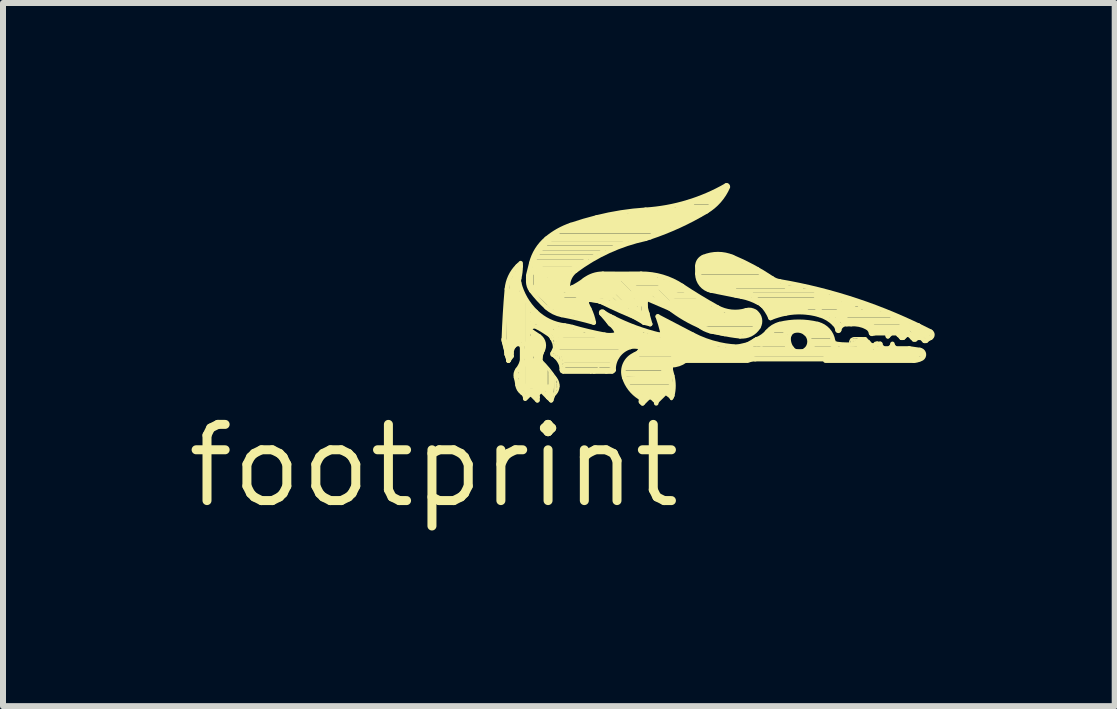
<source format=kicad_pcb>
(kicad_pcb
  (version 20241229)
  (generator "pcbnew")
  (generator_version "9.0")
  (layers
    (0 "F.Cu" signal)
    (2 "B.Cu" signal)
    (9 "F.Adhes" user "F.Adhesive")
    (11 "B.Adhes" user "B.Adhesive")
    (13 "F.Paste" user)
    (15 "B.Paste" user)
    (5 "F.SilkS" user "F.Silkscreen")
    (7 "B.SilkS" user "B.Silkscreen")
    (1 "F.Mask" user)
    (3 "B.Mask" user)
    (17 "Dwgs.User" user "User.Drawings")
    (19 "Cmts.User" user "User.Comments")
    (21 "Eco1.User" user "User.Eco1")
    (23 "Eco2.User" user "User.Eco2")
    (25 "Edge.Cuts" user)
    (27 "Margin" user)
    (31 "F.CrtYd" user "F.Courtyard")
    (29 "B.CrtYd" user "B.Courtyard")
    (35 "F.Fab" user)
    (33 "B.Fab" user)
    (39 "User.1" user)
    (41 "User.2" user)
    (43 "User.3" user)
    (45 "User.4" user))
  (footprint "footprint"
    (layer "F.Cu")
    (at 4.18 4.714)
    (property "Reference" "footprint" (at 0 0 0) (layer "F.SilkS") (effects (font (size 1.27 1.27) (thickness 0.15))))
    (fp_line (start 1.168 -2.108) (end 1.219 -1.905) (stroke (width 0.076) (type solid)) (layer "F.SilkS"))
    (fp_line (start 1.168 -2.083) (end 1.245 -1.778) (stroke (width 0.076) (type solid)) (layer "F.SilkS"))
    (fp_line (start 1.194 -2.057) (end 1.219 -1.854) (stroke (width 0.076) (type solid)) (layer "F.SilkS"))
    (fp_line (start 1.219 -1.93) (end 1.245 -1.753) (stroke (width 0.076) (type solid)) (layer "F.SilkS"))
    (fp_line (start 1.245 -2.083) (end 1.245 -2.921) (stroke (width 0.076) (type solid)) (layer "F.SilkS"))
    (fp_line (start 1.245 -1.88) (end 1.245 -1.829) (stroke (width 0.076) (type solid)) (layer "F.SilkS"))
    (fp_line (start 1.245 -1.829) (end 1.219 -1.854) (stroke (width 0.076) (type solid)) (layer "F.SilkS"))
    (fp_line (start 1.245 -1.778) (end 1.219 -1.854) (stroke (width 0.076) (type solid)) (layer "F.SilkS"))
    (fp_line (start 1.245 -1.778) (end 1.245 -1.829) (stroke (width 0.076) (type solid)) (layer "F.SilkS"))
    (fp_line (start 1.245 -1.778) (end 1.245 -1.753) (stroke (width 0.076) (type solid)) (layer "F.SilkS"))
    (fp_line (start 1.245 -1.778) (end 1.295 -1.829) (stroke (width 0.076) (type solid)) (layer "F.SilkS"))
    (fp_line (start 1.245 -1.753) (end 1.295 -1.829) (stroke (width 0.076) (type solid)) (layer "F.SilkS"))
    (fp_line (start 1.27 -2.057) (end 1.245 -2.083) (stroke (width 0.076) (type solid)) (layer "F.SilkS"))
    (fp_line (start 1.27 -2.007) (end 1.27 -2.057) (stroke (width 0.076) (type solid)) (layer "F.SilkS"))
    (fp_line (start 1.27 -2.007) (end 1.27 -1.905) (stroke (width 0.076) (type solid)) (layer "F.SilkS"))
    (fp_line (start 1.295 -3.073) (end 1.295 -2.032) (stroke (width 0.076) (type solid)) (layer "F.SilkS"))
    (fp_line (start 1.295 -2.032) (end 1.27 -2.007) (stroke (width 0.076) (type solid)) (layer "F.SilkS"))
    (fp_line (start 1.295 -1.829) (end 1.295 -1.88) (stroke (width 0.076) (type solid)) (layer "F.SilkS"))
    (fp_line (start 1.346 -3.2) (end 1.346 -3.124) (stroke (width 0.076) (type solid)) (layer "F.SilkS"))
    (fp_line (start 1.346 -3.124) (end 1.295 -3.073) (stroke (width 0.076) (type solid)) (layer "F.SilkS"))
    (fp_line (start 1.346 -2.057) (end 1.346 -3.124) (stroke (width 0.076) (type solid)) (layer "F.SilkS"))
    (fp_line (start 1.397 -3.277) (end 1.397 -2.083) (stroke (width 0.076) (type solid)) (layer "F.SilkS"))
    (fp_line (start 1.422 -3.353) (end 1.397 -3.327) (stroke (width 0.076) (type solid)) (layer "F.SilkS"))
    (fp_line (start 1.422 -1.499) (end 1.448 -1.524) (stroke (width 0.076) (type solid)) (layer "F.SilkS"))
    (fp_line (start 1.448 -3.378) (end 1.448 -3.327) (stroke (width 0.076) (type solid)) (layer "F.SilkS"))
    (fp_line (start 1.448 -2.87) (end 1.448 -2.083) (stroke (width 0.076) (type solid)) (layer "F.SilkS"))
    (fp_line (start 1.448 -1.626) (end 1.549 -1.727) (stroke (width 0.076) (type solid)) (layer "F.SilkS"))
    (fp_line (start 1.448 -1.524) (end 1.448 -1.626) (stroke (width 0.076) (type solid)) (layer "F.SilkS"))
    (fp_line (start 1.448 -1.321) (end 1.448 -1.524) (stroke (width 0.076) (type solid)) (layer "F.SilkS"))
    (fp_line (start 1.473 -2.007) (end 1.473 -1.727) (stroke (width 0.076) (type solid)) (layer "F.SilkS"))
    (fp_line (start 1.473 -1.295) (end 1.448 -1.321) (stroke (width 0.076) (type solid)) (layer "F.SilkS"))
    (fp_line (start 1.499 -2.057) (end 1.499 -2.794) (stroke (width 0.076) (type solid)) (layer "F.SilkS"))
    (fp_line (start 1.499 -1.727) (end 1.499 -1.346) (stroke (width 0.076) (type solid)) (layer "F.SilkS"))
    (fp_line (start 1.499 -1.346) (end 1.524 -1.321) (stroke (width 0.076) (type solid)) (layer "F.SilkS"))
    (fp_line (start 1.499 -1.295) (end 1.473 -1.295) (stroke (width 0.076) (type solid)) (layer "F.SilkS"))
    (fp_line (start 1.524 -1.118) (end 1.6 -1.194) (stroke (width 0.076) (type solid)) (layer "F.SilkS"))
    (fp_line (start 1.549 -2.007) (end 1.524 -2.032) (stroke (width 0.076) (type solid)) (layer "F.SilkS"))
    (fp_line (start 1.549 -1.727) (end 1.549 -2.007) (stroke (width 0.076) (type solid)) (layer "F.SilkS"))
    (fp_line (start 1.549 -1.245) (end 1.499 -1.295) (stroke (width 0.076) (type solid)) (layer "F.SilkS"))
    (fp_line (start 1.549 -1.168) (end 1.6 -1.245) (stroke (width 0.076) (type solid)) (layer "F.SilkS"))
    (fp_line (start 1.575 -3.175) (end 1.626 -3.378) (stroke (width 0.076) (type solid)) (layer "F.SilkS"))
    (fp_line (start 1.575 -3.15) (end 1.575 -3.073) (stroke (width 0.076) (type solid)) (layer "F.SilkS"))
    (fp_line (start 1.575 -2.692) (end 1.575 -1.27) (stroke (width 0.076) (type solid)) (layer "F.SilkS"))
    (fp_line (start 1.575 -1.27) (end 1.549 -1.245) (stroke (width 0.076) (type solid)) (layer "F.SilkS"))
    (fp_line (start 1.6 -2.616) (end 1.803 -2.413) (stroke (width 0.076) (type solid)) (layer "F.SilkS"))
    (fp_line (start 1.6 -2.489) (end 1.626 -2.489) (stroke (width 0.076) (type solid)) (layer "F.SilkS"))
    (fp_line (start 1.6 -2.438) (end 1.626 -2.438) (stroke (width 0.076) (type solid)) (layer "F.SilkS"))
    (fp_line (start 1.6 -2.261) (end 1.753 -2.159) (stroke (width 0.076) (type solid)) (layer "F.SilkS"))
    (fp_line (start 1.6 -1.194) (end 1.626 -1.194) (stroke (width 0.076) (type solid)) (layer "F.SilkS"))
    (fp_line (start 1.626 -3.226) (end 1.626 -2.997) (stroke (width 0.076) (type solid)) (layer "F.SilkS"))
    (fp_line (start 1.626 -2.997) (end 1.981 -2.642) (stroke (width 0.076) (type solid)) (layer "F.SilkS"))
    (fp_line (start 1.626 -2.489) (end 1.829 -2.286) (stroke (width 0.076) (type solid)) (layer "F.SilkS"))
    (fp_line (start 1.626 -2.438) (end 1.651 -2.413) (stroke (width 0.076) (type solid)) (layer "F.SilkS"))
    (fp_line (start 1.626 -2.134) (end 1.626 -1.321) (stroke (width 0.076) (type solid)) (layer "F.SilkS"))
    (fp_line (start 1.626 -1.194) (end 1.727 -1.092) (stroke (width 0.076) (type solid)) (layer "F.SilkS"))
    (fp_line (start 1.651 -3.404) (end 2.515 -3.404) (stroke (width 0.076) (type solid)) (layer "F.SilkS"))
    (fp_line (start 1.651 -2.362) (end 1.6 -2.362) (stroke (width 0.076) (type solid)) (layer "F.SilkS"))
    (fp_line (start 1.676 -3.454) (end 1.676 -3.277) (stroke (width 0.076) (type solid)) (layer "F.SilkS"))
    (fp_line (start 1.676 -3.277) (end 1.626 -3.226) (stroke (width 0.076) (type solid)) (layer "F.SilkS"))
    (fp_line (start 1.676 -3.226) (end 1.702 -3.251) (stroke (width 0.076) (type solid)) (layer "F.SilkS"))
    (fp_line (start 1.676 -2.515) (end 1.6 -2.515) (stroke (width 0.076) (type solid)) (layer "F.SilkS"))
    (fp_line (start 1.676 -2.388) (end 1.651 -2.362) (stroke (width 0.076) (type solid)) (layer "F.SilkS"))
    (fp_line (start 1.676 -2.108) (end 1.676 -1.854) (stroke (width 0.076) (type solid)) (layer "F.SilkS"))
    (fp_line (start 1.676 -1.727) (end 1.676 -1.295) (stroke (width 0.076) (type solid)) (layer "F.SilkS"))
    (fp_line (start 1.676 -1.194) (end 1.727 -1.143) (stroke (width 0.076) (type solid)) (layer "F.SilkS"))
    (fp_line (start 1.702 -3.48) (end 2.667 -3.48) (stroke (width 0.076) (type solid)) (layer "F.SilkS"))
    (fp_line (start 1.702 -3.251) (end 1.727 -3.251) (stroke (width 0.076) (type solid)) (layer "F.SilkS"))
    (fp_line (start 1.702 -3.2) (end 1.676 -3.226) (stroke (width 0.076) (type solid)) (layer "F.SilkS"))
    (fp_line (start 1.702 -2.997) (end 1.702 -3.2) (stroke (width 0.076) (type solid)) (layer "F.SilkS"))
    (fp_line (start 1.702 -2.134) (end 1.676 -2.108) (stroke (width 0.076) (type solid)) (layer "F.SilkS"))
    (fp_line (start 1.702 -2.108) (end 1.702 -1.93) (stroke (width 0.076) (type solid)) (layer "F.SilkS"))
    (fp_line (start 1.702 -1.93) (end 1.753 -1.88) (stroke (width 0.076) (type solid)) (layer "F.SilkS"))
    (fp_line (start 1.702 -1.854) (end 1.702 -1.778) (stroke (width 0.076) (type solid)) (layer "F.SilkS"))
    (fp_line (start 1.702 -1.778) (end 1.676 -1.753) (stroke (width 0.076) (type solid)) (layer "F.SilkS"))
    (fp_line (start 1.702 -1.27) (end 1.702 -1.245) (stroke (width 0.076) (type solid)) (layer "F.SilkS"))
    (fp_line (start 1.727 -3.556) (end 1.727 -3.505) (stroke (width 0.076) (type solid)) (layer "F.SilkS"))
    (fp_line (start 1.727 -3.556) (end 2.794 -3.556) (stroke (width 0.076) (type solid)) (layer "F.SilkS"))
    (fp_line (start 1.727 -3.505) (end 1.676 -3.454) (stroke (width 0.076) (type solid)) (layer "F.SilkS"))
    (fp_line (start 1.727 -3.353) (end 2.388 -3.353) (stroke (width 0.076) (type solid)) (layer "F.SilkS"))
    (fp_line (start 1.727 -3.251) (end 1.727 -3.353) (stroke (width 0.076) (type solid)) (layer "F.SilkS"))
    (fp_line (start 1.727 -2.159) (end 1.753 -2.134) (stroke (width 0.076) (type solid)) (layer "F.SilkS"))
    (fp_line (start 1.727 -1.753) (end 1.727 -1.702) (stroke (width 0.076) (type solid)) (layer "F.SilkS"))
    (fp_line (start 1.727 -1.651) (end 1.727 -1.295) (stroke (width 0.076) (type solid)) (layer "F.SilkS"))
    (fp_line (start 1.727 -1.27) (end 1.702 -1.27) (stroke (width 0.076) (type solid)) (layer "F.SilkS"))
    (fp_line (start 1.727 -1.27) (end 1.727 -1.194) (stroke (width 0.076) (type solid)) (layer "F.SilkS"))
    (fp_line (start 1.727 -1.194) (end 1.727 -1.143) (stroke (width 0.076) (type solid)) (layer "F.SilkS"))
    (fp_line (start 1.727 -1.194) (end 1.778 -1.245) (stroke (width 0.076) (type solid)) (layer "F.SilkS"))
    (fp_line (start 1.727 -1.092) (end 1.727 -1.143) (stroke (width 0.076) (type solid)) (layer "F.SilkS"))
    (fp_line (start 1.753 -3.277) (end 1.753 -3.023) (stroke (width 0.076) (type solid)) (layer "F.SilkS"))
    (fp_line (start 1.753 -3.023) (end 2.134 -2.642) (stroke (width 0.076) (type solid)) (layer "F.SilkS"))
    (fp_line (start 1.753 -2.083) (end 1.753 -1.93) (stroke (width 0.076) (type solid)) (layer "F.SilkS"))
    (fp_line (start 1.753 -1.829) (end 1.753 -1.702) (stroke (width 0.076) (type solid)) (layer "F.SilkS"))
    (fp_line (start 1.753 -1.727) (end 1.829 -1.651) (stroke (width 0.076) (type solid)) (layer "F.SilkS"))
    (fp_line (start 1.753 -1.295) (end 1.727 -1.27) (stroke (width 0.076) (type solid)) (layer "F.SilkS"))
    (fp_line (start 1.778 -3.632) (end 2.997 -3.632) (stroke (width 0.076) (type solid)) (layer "F.SilkS"))
    (fp_line (start 1.778 -3.302) (end 1.753 -3.277) (stroke (width 0.076) (type solid)) (layer "F.SilkS"))
    (fp_line (start 1.778 -1.88) (end 1.803 -1.93) (stroke (width 0.076) (type solid)) (layer "F.SilkS"))
    (fp_line (start 1.778 -1.829) (end 1.778 -1.778) (stroke (width 0.076) (type solid)) (layer "F.SilkS"))
    (fp_line (start 1.778 -1.778) (end 1.803 -1.753) (stroke (width 0.025) (type solid)) (layer "F.SilkS"))
    (fp_line (start 1.778 -1.778) (end 1.829 -1.956) (stroke (width 0.051) (type solid)) (layer "F.SilkS"))
    (fp_line (start 1.778 -1.753) (end 1.778 -1.727) (stroke (width 0.025) (type solid)) (layer "F.SilkS"))
    (fp_line (start 1.778 -1.727) (end 1.803 -1.702) (stroke (width 0.025) (type solid)) (layer "F.SilkS"))
    (fp_line (start 1.778 -1.651) (end 1.803 -1.626) (stroke (width 0.076) (type solid)) (layer "F.SilkS"))
    (fp_line (start 1.778 -1.626) (end 1.778 -1.321) (stroke (width 0.076) (type solid)) (layer "F.SilkS"))
    (fp_line (start 1.778 -1.295) (end 1.753 -1.295) (stroke (width 0.076) (type solid)) (layer "F.SilkS"))
    (fp_line (start 1.778 -1.27) (end 1.905 -1.143) (stroke (width 0.076) (type solid)) (layer "F.SilkS"))
    (fp_line (start 1.803 -3.277) (end 1.778 -3.302) (stroke (width 0.076) (type solid)) (layer "F.SilkS"))
    (fp_line (start 1.803 -3.226) (end 2.261 -3.226) (stroke (width 0.076) (type solid)) (layer "F.SilkS"))
    (fp_line (start 1.803 -3.048) (end 1.803 -3.226) (stroke (width 0.076) (type solid)) (layer "F.SilkS"))
    (fp_line (start 1.803 -2.413) (end 1.88 -2.413) (stroke (width 0.051) (type solid)) (layer "F.SilkS"))
    (fp_line (start 1.803 -2.413) (end 2.032 -2.184) (stroke (width 0.076) (type solid)) (layer "F.SilkS"))
    (fp_line (start 1.803 -1.753) (end 1.803 -1.727) (stroke (width 0.025) (type solid)) (layer "F.SilkS"))
    (fp_line (start 1.803 -1.727) (end 1.93 -1.6) (stroke (width 0.025) (type solid)) (layer "F.SilkS"))
    (fp_line (start 1.803 -1.702) (end 1.803 -1.727) (stroke (width 0.025) (type solid)) (layer "F.SilkS"))
    (fp_line (start 1.829 -3.708) (end 3.175 -3.708) (stroke (width 0.076) (type solid)) (layer "F.SilkS"))
    (fp_line (start 1.829 -1.575) (end 1.829 -1.295) (stroke (width 0.076) (type solid)) (layer "F.SilkS"))
    (fp_line (start 1.829 -1.295) (end 1.854 -1.27) (stroke (width 0.076) (type solid)) (layer "F.SilkS"))
    (fp_line (start 1.854 -3.734) (end 1.88 -3.759) (stroke (width 0.076) (type solid)) (layer "F.SilkS"))
    (fp_line (start 1.854 -3.683) (end 1.727 -3.556) (stroke (width 0.076) (type solid)) (layer "F.SilkS"))
    (fp_line (start 1.854 -3.175) (end 1.854 -3.073) (stroke (width 0.076) (type solid)) (layer "F.SilkS"))
    (fp_line (start 1.854 -3.073) (end 2.159 -2.769) (stroke (width 0.076) (type solid)) (layer "F.SilkS"))
    (fp_line (start 1.854 -1.651) (end 1.803 -1.702) (stroke (width 0.025) (type solid)) (layer "F.SilkS"))
    (fp_line (start 1.854 -1.651) (end 1.854 -1.6) (stroke (width 0.025) (type solid)) (layer "F.SilkS"))
    (fp_line (start 1.854 -1.6) (end 1.854 -1.575) (stroke (width 0.025) (type solid)) (layer "F.SilkS"))
    (fp_line (start 1.854 -1.6) (end 1.854 -1.346) (stroke (width 0.076) (type solid)) (layer "F.SilkS"))
    (fp_line (start 1.88 -3.759) (end 1.93 -3.759) (stroke (width 0.076) (type solid)) (layer "F.SilkS"))
    (fp_line (start 1.88 -2.413) (end 1.905 -2.388) (stroke (width 0.051) (type solid)) (layer "F.SilkS"))
    (fp_line (start 1.88 -2.261) (end 1.854 -2.286) (stroke (width 0.051) (type solid)) (layer "F.SilkS"))
    (fp_line (start 1.88 -1.626) (end 1.854 -1.651) (stroke (width 0.025) (type solid)) (layer "F.SilkS"))
    (fp_line (start 1.88 -1.626) (end 1.88 -1.346) (stroke (width 0.025) (type solid)) (layer "F.SilkS"))
    (fp_line (start 1.88 -1.321) (end 1.905 -1.295) (stroke (width 0.076) (type solid)) (layer "F.SilkS"))
    (fp_line (start 1.905 -3.099) (end 1.93 -3.124) (stroke (width 0.076) (type solid)) (layer "F.SilkS"))
    (fp_line (start 1.905 -2.184) (end 1.956 -2.108) (stroke (width 0.025) (type solid)) (layer "F.SilkS"))
    (fp_line (start 1.905 -1.6) (end 1.88 -1.626) (stroke (width 0.025) (type solid)) (layer "F.SilkS"))
    (fp_line (start 1.905 -1.6) (end 1.905 -1.346) (stroke (width 0.025) (type solid)) (layer "F.SilkS"))
    (fp_line (start 1.905 -1.295) (end 1.956 -1.346) (stroke (width 0.076) (type solid)) (layer "F.SilkS"))
    (fp_line (start 1.905 -1.245) (end 1.93 -1.27) (stroke (width 0.076) (type solid)) (layer "F.SilkS"))
    (fp_line (start 1.905 -1.143) (end 1.905 -1.245) (stroke (width 0.076) (type solid)) (layer "F.SilkS"))
    (fp_line (start 1.93 -3.785) (end 3.404 -3.785) (stroke (width 0.076) (type solid)) (layer "F.SilkS"))
    (fp_line (start 1.93 -3.124) (end 2.184 -3.124) (stroke (width 0.076) (type solid)) (layer "F.SilkS"))
    (fp_line (start 1.93 -2.159) (end 1.956 -2.134) (stroke (width 0.025) (type solid)) (layer "F.SilkS"))
    (fp_line (start 1.93 -1.575) (end 1.905 -1.6) (stroke (width 0.025) (type solid)) (layer "F.SilkS"))
    (fp_line (start 1.93 -1.575) (end 1.93 -1.524) (stroke (width 0.025) (type solid)) (layer "F.SilkS"))
    (fp_line (start 1.956 -2.311) (end 1.905 -2.362) (stroke (width 0.076) (type solid)) (layer "F.SilkS"))
    (fp_line (start 1.956 -2.235) (end 1.676 -2.515) (stroke (width 0.076) (type solid)) (layer "F.SilkS"))
    (fp_line (start 1.956 -2.184) (end 2.007 -2.108) (stroke (width 0.025) (type solid)) (layer "F.SilkS"))
    (fp_line (start 1.956 -2.159) (end 1.956 -2.108) (stroke (width 0.025) (type solid)) (layer "F.SilkS"))
    (fp_line (start 1.956 -2.159) (end 1.981 -2.134) (stroke (width 0.025) (type solid)) (layer "F.SilkS"))
    (fp_line (start 1.956 -1.549) (end 1.93 -1.575) (stroke (width 0.025) (type solid)) (layer "F.SilkS"))
    (fp_line (start 1.956 -1.524) (end 1.956 -1.092) (stroke (width 0.076) (type solid)) (layer "F.SilkS"))
    (fp_line (start 1.956 -1.092) (end 1.905 -1.143) (stroke (width 0.076) (type solid)) (layer "F.SilkS"))
    (fp_line (start 1.981 -3.073) (end 2.134 -3.073) (stroke (width 0.076) (type solid)) (layer "F.SilkS"))
    (fp_line (start 1.981 -2.642) (end 2.032 -2.642) (stroke (width 0.076) (type solid)) (layer "F.SilkS"))
    (fp_line (start 1.981 -2.21) (end 1.981 -2.184) (stroke (width 0.025) (type solid)) (layer "F.SilkS"))
    (fp_line (start 1.981 -2.184) (end 1.956 -2.21) (stroke (width 0.025) (type solid)) (layer "F.SilkS"))
    (fp_line (start 1.981 -2.184) (end 2.007 -2.159) (stroke (width 0.025) (type solid)) (layer "F.SilkS"))
    (fp_line (start 1.981 -2.159) (end 2.007 -2.159) (stroke (width 0.025) (type solid)) (layer "F.SilkS"))
    (fp_line (start 1.981 -2.134) (end 1.981 -2.057) (stroke (width 0.025) (type solid)) (layer "F.SilkS"))
    (fp_line (start 1.981 -2.134) (end 2.007 -2.108) (stroke (width 0.025) (type solid)) (layer "F.SilkS"))
    (fp_line (start 1.981 -1.854) (end 2.007 -1.829) (stroke (width 0.051) (type solid)) (layer "F.SilkS"))
    (fp_line (start 1.981 -1.829) (end 2.032 -1.803) (stroke (width 0.025) (type solid)) (layer "F.SilkS"))
    (fp_line (start 1.981 -1.168) (end 2.007 -1.219) (stroke (width 0.025) (type solid)) (layer "F.SilkS"))
    (fp_line (start 1.981 -1.168) (end 2.007 -1.168) (stroke (width 0.025) (type solid)) (layer "F.SilkS"))
    (fp_line (start 2.007 -3.835) (end 3.632 -3.835) (stroke (width 0.076) (type solid)) (layer "F.SilkS"))
    (fp_line (start 2.007 -2.362) (end 1.93 -2.362) (stroke (width 0.051) (type solid)) (layer "F.SilkS"))
    (fp_line (start 2.007 -2.108) (end 2.007 -2.057) (stroke (width 0.025) (type solid)) (layer "F.SilkS"))
    (fp_line (start 2.007 -2.108) (end 2.032 -2.083) (stroke (width 0.025) (type solid)) (layer "F.SilkS"))
    (fp_line (start 2.007 -2.108) (end 2.057 -2.032) (stroke (width 0.025) (type solid)) (layer "F.SilkS"))
    (fp_line (start 2.007 -2.057) (end 2.007 -2.007) (stroke (width 0.025) (type solid)) (layer "F.SilkS"))
    (fp_line (start 2.007 -2.057) (end 2.032 -2.032) (stroke (width 0.025) (type solid)) (layer "F.SilkS"))
    (fp_line (start 2.007 -1.981) (end 1.956 -1.88) (stroke (width 0.025) (type solid)) (layer "F.SilkS"))
    (fp_line (start 2.007 -1.905) (end 2.032 -1.905) (stroke (width 0.076) (type solid)) (layer "F.SilkS"))
    (fp_line (start 2.007 -1.829) (end 2.032 -1.803) (stroke (width 0.051) (type solid)) (layer "F.SilkS"))
    (fp_line (start 2.007 -1.473) (end 2.007 -1.219) (stroke (width 0.025) (type solid)) (layer "F.SilkS"))
    (fp_line (start 2.007 -1.473) (end 2.032 -1.448) (stroke (width 0.025) (type solid)) (layer "F.SilkS"))
    (fp_line (start 2.007 -1.194) (end 2.007 -1.168) (stroke (width 0.025) (type solid)) (layer "F.SilkS"))
    (fp_line (start 2.032 -2.642) (end 2.032 -2.616) (stroke (width 0.076) (type solid)) (layer "F.SilkS"))
    (fp_line (start 2.032 -2.616) (end 2.108 -2.54) (stroke (width 0.076) (type solid)) (layer "F.SilkS"))
    (fp_line (start 2.032 -2.311) (end 1.956 -2.311) (stroke (width 0.076) (type solid)) (layer "F.SilkS"))
    (fp_line (start 2.032 -2.235) (end 2.438 -2.235) (stroke (width 0.076) (type solid)) (layer "F.SilkS"))
    (fp_line (start 2.032 -2.184) (end 2.692 -2.184) (stroke (width 0.076) (type solid)) (layer "F.SilkS"))
    (fp_line (start 2.032 -2.083) (end 2.032 -2.032) (stroke (width 0.025) (type solid)) (layer "F.SilkS"))
    (fp_line (start 2.032 -2.032) (end 2.032 -2.007) (stroke (width 0.025) (type solid)) (layer "F.SilkS"))
    (fp_line (start 2.032 -1.905) (end 2.032 -1.88) (stroke (width 0.025) (type solid)) (layer "F.SilkS"))
    (fp_line (start 2.032 -1.905) (end 3.099 -1.905) (stroke (width 0.076) (type solid)) (layer "F.SilkS"))
    (fp_line (start 2.032 -1.88) (end 2.007 -1.854) (stroke (width 0.025) (type solid)) (layer "F.SilkS"))
    (fp_line (start 2.032 -1.448) (end 2.032 -1.321) (stroke (width 0.025) (type solid)) (layer "F.SilkS"))
    (fp_line (start 2.032 -1.448) (end 2.057 -1.422) (stroke (width 0.025) (type solid)) (layer "F.SilkS"))
    (fp_line (start 2.032 -1.321) (end 2.032 -1.27) (stroke (width 0.025) (type solid)) (layer "F.SilkS"))
    (fp_line (start 2.032 -1.27) (end 2.032 -1.245) (stroke (width 0.025) (type solid)) (layer "F.SilkS"))
    (fp_line (start 2.057 -3.886) (end 2.083 -3.912) (stroke (width 0.076) (type solid)) (layer "F.SilkS"))
    (fp_line (start 2.057 -2.311) (end 2.007 -2.362) (stroke (width 0.051) (type solid)) (layer "F.SilkS"))
    (fp_line (start 2.057 -2.032) (end 3.277 -2.032) (stroke (width 0.076) (type solid)) (layer "F.SilkS"))
    (fp_line (start 2.057 -1.88) (end 2.057 -1.803) (stroke (width 0.025) (type solid)) (layer "F.SilkS"))
    (fp_line (start 2.057 -1.88) (end 2.083 -1.88) (stroke (width 0.076) (type solid)) (layer "F.SilkS"))
    (fp_line (start 2.057 -1.803) (end 2.083 -1.778) (stroke (width 0.025) (type solid)) (layer "F.SilkS"))
    (fp_line (start 2.057 -1.422) (end 2.057 -1.372) (stroke (width 0.025) (type solid)) (layer "F.SilkS"))
    (fp_line (start 2.057 -1.372) (end 2.057 -1.346) (stroke (width 0.025) (type solid)) (layer "F.SilkS"))
    (fp_line (start 2.057 -1.372) (end 2.083 -1.346) (stroke (width 0.025) (type solid)) (layer "F.SilkS"))
    (fp_line (start 2.057 -1.346) (end 2.057 -1.295) (stroke (width 0.025) (type solid)) (layer "F.SilkS"))
    (fp_line (start 2.057 -1.346) (end 2.083 -1.321) (stroke (width 0.025) (type solid)) (layer "F.SilkS"))
    (fp_line (start 2.057 -1.295) (end 2.032 -1.27) (stroke (width 0.025) (type solid)) (layer "F.SilkS"))
    (fp_line (start 2.057 -1.295) (end 2.057 -1.245) (stroke (width 0.025) (type solid)) (layer "F.SilkS"))
    (fp_line (start 2.057 -1.245) (end 2.032 -1.219) (stroke (width 0.025) (type solid)) (layer "F.SilkS"))
    (fp_line (start 2.083 -3.912) (end 3.785 -3.912) (stroke (width 0.076) (type solid)) (layer "F.SilkS"))
    (fp_line (start 2.083 -2.083) (end 2.032 -2.134) (stroke (width 0.076) (type solid)) (layer "F.SilkS"))
    (fp_line (start 2.083 -1.956) (end 2.007 -1.93) (stroke (width 0.051) (type solid)) (layer "F.SilkS"))
    (fp_line (start 2.083 -1.854) (end 2.083 -1.778) (stroke (width 0.025) (type solid)) (layer "F.SilkS"))
    (fp_line (start 2.083 -1.778) (end 2.108 -1.753) (stroke (width 0.025) (type solid)) (layer "F.SilkS"))
    (fp_line (start 2.108 -3.023) (end 2.083 -3.023) (stroke (width 0.076) (type solid)) (layer "F.SilkS"))
    (fp_line (start 2.108 -2.591) (end 1.702 -2.997) (stroke (width 0.076) (type solid)) (layer "F.SilkS"))
    (fp_line (start 2.108 -2.54) (end 2.362 -2.54) (stroke (width 0.076) (type solid)) (layer "F.SilkS"))
    (fp_line (start 2.108 -2.134) (end 2.134 -2.108) (stroke (width 0.076) (type solid)) (layer "F.SilkS"))
    (fp_line (start 2.108 -1.854) (end 2.108 -1.803) (stroke (width 0.025) (type solid)) (layer "F.SilkS"))
    (fp_line (start 2.108 -1.803) (end 2.108 -1.753) (stroke (width 0.025) (type solid)) (layer "F.SilkS"))
    (fp_line (start 2.108 -1.803) (end 2.134 -1.778) (stroke (width 0.025) (type solid)) (layer "F.SilkS"))
    (fp_line (start 2.108 -1.753) (end 2.134 -1.727) (stroke (width 0.025) (type solid)) (layer "F.SilkS"))
    (fp_line (start 2.108 -1.6) (end 2.108 -1.676) (stroke (width 0.025) (type solid)) (layer "F.SilkS"))
    (fp_line (start 2.134 -3.073) (end 2.184 -3.023) (stroke (width 0.076) (type solid)) (layer "F.SilkS"))
    (fp_line (start 2.134 -2.921) (end 1.981 -3.073) (stroke (width 0.076) (type solid)) (layer "F.SilkS"))
    (fp_line (start 2.134 -2.718) (end 1.803 -3.048) (stroke (width 0.076) (type solid)) (layer "F.SilkS"))
    (fp_line (start 2.134 -2.642) (end 2.413 -2.642) (stroke (width 0.076) (type solid)) (layer "F.SilkS"))
    (fp_line (start 2.134 -2.108) (end 2.743 -2.108) (stroke (width 0.076) (type solid)) (layer "F.SilkS"))
    (fp_line (start 2.134 -1.778) (end 2.134 -1.702) (stroke (width 0.025) (type solid)) (layer "F.SilkS"))
    (fp_line (start 2.134 -1.651) (end 2.159 -1.626) (stroke (width 0.025) (type solid)) (layer "F.SilkS"))
    (fp_line (start 2.134 -1.626) (end 2.134 -1.575) (stroke (width 0.025) (type solid)) (layer "F.SilkS"))
    (fp_line (start 2.159 -2.972) (end 2.108 -3.023) (stroke (width 0.076) (type solid)) (layer "F.SilkS"))
    (fp_line (start 2.159 -2.845) (end 1.905 -3.099) (stroke (width 0.076) (type solid)) (layer "F.SilkS"))
    (fp_line (start 2.159 -2.769) (end 2.388 -2.769) (stroke (width 0.076) (type solid)) (layer "F.SilkS"))
    (fp_line (start 2.159 -1.803) (end 2.997 -1.803) (stroke (width 0.076) (type solid)) (layer "F.SilkS"))
    (fp_line (start 2.159 -1.778) (end 2.159 -1.727) (stroke (width 0.025) (type solid)) (layer "F.SilkS"))
    (fp_line (start 2.159 -1.727) (end 2.184 -1.702) (stroke (width 0.025) (type solid)) (layer "F.SilkS"))
    (fp_line (start 2.159 -1.651) (end 2.032 -1.854) (stroke (width 0.025) (type solid)) (layer "F.SilkS"))
    (fp_line (start 2.159 -1.651) (end 2.159 -1.626) (stroke (width 0.025) (type solid)) (layer "F.SilkS"))
    (fp_line (start 2.159 -1.6) (end 2.997 -1.6) (stroke (width 0.076) (type solid)) (layer "F.SilkS"))
    (fp_line (start 2.159 -1.549) (end 2.616 -1.549) (stroke (width 0.025) (type solid)) (layer "F.SilkS"))
    (fp_line (start 2.184 -3.175) (end 1.854 -3.175) (stroke (width 0.076) (type solid)) (layer "F.SilkS"))
    (fp_line (start 2.184 -3.124) (end 2.21 -3.099) (stroke (width 0.076) (type solid)) (layer "F.SilkS"))
    (fp_line (start 2.184 -3.023) (end 2.184 -2.972) (stroke (width 0.076) (type solid)) (layer "F.SilkS"))
    (fp_line (start 2.184 -2.972) (end 2.159 -2.972) (stroke (width 0.076) (type solid)) (layer "F.SilkS"))
    (fp_line (start 2.184 -1.753) (end 2.972 -1.753) (stroke (width 0.076) (type solid)) (layer "F.SilkS"))
    (fp_line (start 2.184 -1.676) (end 2.946 -1.676) (stroke (width 0.076) (type solid)) (layer "F.SilkS"))
    (fp_line (start 2.184 -1.626) (end 2.108 -1.829) (stroke (width 0.025) (type solid)) (layer "F.SilkS"))
    (fp_line (start 2.21 -3.962) (end 3.912 -3.962) (stroke (width 0.076) (type solid)) (layer "F.SilkS"))
    (fp_line (start 2.21 -3.15) (end 2.184 -3.175) (stroke (width 0.076) (type solid)) (layer "F.SilkS"))
    (fp_line (start 2.21 -3.099) (end 2.21 -2.921) (stroke (width 0.076) (type solid)) (layer "F.SilkS"))
    (fp_line (start 2.21 -2.921) (end 2.134 -2.921) (stroke (width 0.076) (type solid)) (layer "F.SilkS"))
    (fp_line (start 2.235 -2.972) (end 2.235 -2.997) (stroke (width 0.076) (type solid)) (layer "F.SilkS"))
    (fp_line (start 2.235 -2.896) (end 3.048 -2.896) (stroke (width 0.076) (type solid)) (layer "F.SilkS"))
    (fp_line (start 2.261 -3.226) (end 2.261 -3.2) (stroke (width 0.076) (type solid)) (layer "F.SilkS"))
    (fp_line (start 2.261 -3.2) (end 2.21 -3.15) (stroke (width 0.076) (type solid)) (layer "F.SilkS"))
    (fp_line (start 2.261 -2.946) (end 2.311 -2.972) (stroke (width 0.076) (type solid)) (layer "F.SilkS"))
    (fp_line (start 2.286 -2.286) (end 2.032 -2.286) (stroke (width 0.076) (type solid)) (layer "F.SilkS"))
    (fp_line (start 2.311 -3.277) (end 1.803 -3.277) (stroke (width 0.076) (type solid)) (layer "F.SilkS"))
    (fp_line (start 2.311 -2.946) (end 3.073 -2.946) (stroke (width 0.076) (type solid)) (layer "F.SilkS"))
    (fp_line (start 2.362 -3.988) (end 2.337 -4.013) (stroke (width 0.051) (type solid)) (layer "F.SilkS"))
    (fp_line (start 2.362 -2.54) (end 2.438 -2.464) (stroke (width 0.076) (type solid)) (layer "F.SilkS"))
    (fp_line (start 2.388 -3.353) (end 2.311 -3.277) (stroke (width 0.076) (type solid)) (layer "F.SilkS"))
    (fp_line (start 2.388 -2.769) (end 2.438 -2.819) (stroke (width 0.076) (type solid)) (layer "F.SilkS"))
    (fp_line (start 2.388 -2.718) (end 2.134 -2.718) (stroke (width 0.076) (type solid)) (layer "F.SilkS"))
    (fp_line (start 2.388 -2.54) (end 2.413 -2.515) (stroke (width 0.051) (type solid)) (layer "F.SilkS"))
    (fp_line (start 2.413 -4.013) (end 4.064 -4.013) (stroke (width 0.076) (type solid)) (layer "F.SilkS"))
    (fp_line (start 2.413 -3.988) (end 2.362 -3.988) (stroke (width 0.051) (type solid)) (layer "F.SilkS"))
    (fp_line (start 2.413 -2.642) (end 2.489 -2.565) (stroke (width 0.076) (type solid)) (layer "F.SilkS"))
    (fp_line (start 2.413 -2.591) (end 2.108 -2.591) (stroke (width 0.076) (type solid)) (layer "F.SilkS"))
    (fp_line (start 2.413 -2.515) (end 2.489 -2.515) (stroke (width 0.051) (type solid)) (layer "F.SilkS"))
    (fp_line (start 2.438 -2.997) (end 2.464 -2.997) (stroke (width 0.076) (type solid)) (layer "F.SilkS"))
    (fp_line (start 2.438 -2.819) (end 2.845 -2.819) (stroke (width 0.076) (type solid)) (layer "F.SilkS"))
    (fp_line (start 2.438 -2.743) (end 2.438 -2.667) (stroke (width 0.076) (type solid)) (layer "F.SilkS"))
    (fp_line (start 2.438 -2.667) (end 2.388 -2.718) (stroke (width 0.076) (type solid)) (layer "F.SilkS"))
    (fp_line (start 2.438 -2.464) (end 2.591 -2.464) (stroke (width 0.076) (type solid)) (layer "F.SilkS"))
    (fp_line (start 2.438 -2.235) (end 2.464 -2.21) (stroke (width 0.076) (type solid)) (layer "F.SilkS"))
    (fp_line (start 2.464 -3.353) (end 2.388 -3.353) (stroke (width 0.076) (type solid)) (layer "F.SilkS"))
    (fp_line (start 2.464 -2.997) (end 2.515 -3.048) (stroke (width 0.076) (type solid)) (layer "F.SilkS"))
    (fp_line (start 2.464 -2.769) (end 2.438 -2.743) (stroke (width 0.076) (type solid)) (layer "F.SilkS"))
    (fp_line (start 2.489 -4.039) (end 2.515 -4.064) (stroke (width 0.076) (type solid)) (layer "F.SilkS"))
    (fp_line (start 2.489 -2.743) (end 2.464 -2.769) (stroke (width 0.076) (type solid)) (layer "F.SilkS"))
    (fp_line (start 2.489 -2.565) (end 2.489 -2.743) (stroke (width 0.076) (type solid)) (layer "F.SilkS"))
    (fp_line (start 2.489 -2.515) (end 2.413 -2.591) (stroke (width 0.076) (type solid)) (layer "F.SilkS"))
    (fp_line (start 2.515 -4.064) (end 4.166 -4.064) (stroke (width 0.076) (type solid)) (layer "F.SilkS"))
    (fp_line (start 2.515 -3.404) (end 2.54 -3.429) (stroke (width 0.076) (type solid)) (layer "F.SilkS"))
    (fp_line (start 2.515 -3.048) (end 3.023 -3.048) (stroke (width 0.076) (type solid)) (layer "F.SilkS"))
    (fp_line (start 2.515 -2.769) (end 2.54 -2.667) (stroke (width 0.076) (type solid)) (layer "F.SilkS"))
    (fp_line (start 2.54 -2.769) (end 2.565 -2.769) (stroke (width 0.076) (type solid)) (layer "F.SilkS"))
    (fp_line (start 2.54 -2.616) (end 2.54 -2.54) (stroke (width 0.076) (type solid)) (layer "F.SilkS"))
    (fp_line (start 2.54 -2.54) (end 2.388 -2.54) (stroke (width 0.051) (type solid)) (layer "F.SilkS"))
    (fp_line (start 2.54 -2.54) (end 2.54 -2.515) (stroke (width 0.076) (type solid)) (layer "F.SilkS"))
    (fp_line (start 2.54 -2.515) (end 2.489 -2.515) (stroke (width 0.076) (type solid)) (layer "F.SilkS"))
    (fp_line (start 2.565 -3.099) (end 3.048 -3.099) (stroke (width 0.076) (type solid)) (layer "F.SilkS"))
    (fp_line (start 2.565 -2.667) (end 2.591 -2.616) (stroke (width 0.076) (type solid)) (layer "F.SilkS"))
    (fp_line (start 2.565 -2.616) (end 2.54 -2.794) (stroke (width 0.076) (type solid)) (layer "F.SilkS"))
    (fp_line (start 2.591 -2.565) (end 2.54 -2.616) (stroke (width 0.076) (type solid)) (layer "F.SilkS"))
    (fp_line (start 2.591 -2.464) (end 2.591 -2.565) (stroke (width 0.076) (type solid)) (layer "F.SilkS"))
    (fp_line (start 2.616 -2.769) (end 2.769 -2.743) (stroke (width 0.076) (type solid)) (layer "F.SilkS"))
    (fp_line (start 2.616 -1.549) (end 2.667 -1.549) (stroke (width 0.025) (type solid)) (layer "F.SilkS"))
    (fp_line (start 2.667 -3.48) (end 2.692 -3.505) (stroke (width 0.076) (type solid)) (layer "F.SilkS"))
    (fp_line (start 2.667 -3.15) (end 3.099 -3.15) (stroke (width 0.076) (type solid)) (layer "F.SilkS"))
    (fp_line (start 2.667 -1.6) (end 3.023 -1.6) (stroke (width 0.025) (type solid)) (layer "F.SilkS"))
    (fp_line (start 2.692 -2.769) (end 2.769 -2.743) (stroke (width 0.076) (type solid)) (layer "F.SilkS"))
    (fp_line (start 2.692 -2.184) (end 2.743 -2.134) (stroke (width 0.076) (type solid)) (layer "F.SilkS"))
    (fp_line (start 2.718 -4.115) (end 4.267 -4.115) (stroke (width 0.076) (type solid)) (layer "F.SilkS"))
    (fp_line (start 2.718 -2.769) (end 2.769 -2.743) (stroke (width 0.076) (type solid)) (layer "F.SilkS"))
    (fp_line (start 2.743 -2.134) (end 3.277 -2.134) (stroke (width 0.076) (type solid)) (layer "F.SilkS"))
    (fp_line (start 2.769 -2.743) (end 2.921 -2.718) (stroke (width 0.076) (type solid)) (layer "F.SilkS"))
    (fp_line (start 2.794 -3.556) (end 2.819 -3.581) (stroke (width 0.076) (type solid)) (layer "F.SilkS"))
    (fp_line (start 2.794 -1.676) (end 2.997 -1.676) (stroke (width 0.025) (type solid)) (layer "F.SilkS"))
    (fp_line (start 2.845 -2.819) (end 2.87 -2.794) (stroke (width 0.076) (type solid)) (layer "F.SilkS"))
    (fp_line (start 2.87 -2.794) (end 2.946 -2.794) (stroke (width 0.076) (type solid)) (layer "F.SilkS"))
    (fp_line (start 2.87 -1.549) (end 2.667 -1.549) (stroke (width 0.025) (type solid)) (layer "F.SilkS"))
    (fp_line (start 2.946 -2.794) (end 3.023 -2.718) (stroke (width 0.076) (type solid)) (layer "F.SilkS"))
    (fp_line (start 2.946 -2.489) (end 2.997 -2.464) (stroke (width 0.076) (type solid)) (layer "F.SilkS"))
    (fp_line (start 2.946 -2.464) (end 3.226 -2.184) (stroke (width 0.076) (type solid)) (layer "F.SilkS"))
    (fp_line (start 2.946 -2.362) (end 2.794 -2.54) (stroke (width 0.076) (type solid)) (layer "F.SilkS"))
    (fp_line (start 2.946 -1.676) (end 2.972 -1.702) (stroke (width 0.076) (type solid)) (layer "F.SilkS"))
    (fp_line (start 2.972 -1.651) (end 2.972 -1.626) (stroke (width 0.025) (type solid)) (layer "F.SilkS"))
    (fp_line (start 2.972 -1.626) (end 2.946 -1.626) (stroke (width 0.025) (type solid)) (layer "F.SilkS"))
    (fp_line (start 2.972 -1.575) (end 2.184 -1.575) (stroke (width 0.076) (type solid)) (layer "F.SilkS"))
    (fp_line (start 2.972 -1.549) (end 2.87 -1.549) (stroke (width 0.025) (type solid)) (layer "F.SilkS"))
    (fp_line (start 2.997 -4.166) (end 3.048 -4.166) (stroke (width 0.076) (type solid)) (layer "F.SilkS"))
    (fp_line (start 2.997 -3.632) (end 3.023 -3.658) (stroke (width 0.076) (type solid)) (layer "F.SilkS"))
    (fp_line (start 2.997 -2.845) (end 2.159 -2.845) (stroke (width 0.076) (type solid)) (layer "F.SilkS"))
    (fp_line (start 2.997 -2.438) (end 2.997 -2.464) (stroke (width 0.076) (type solid)) (layer "F.SilkS"))
    (fp_line (start 3.023 -4.14) (end 2.921 -4.14) (stroke (width 0.051) (type solid)) (layer "F.SilkS"))
    (fp_line (start 3.023 -3.048) (end 3.251 -2.819) (stroke (width 0.076) (type solid)) (layer "F.SilkS"))
    (fp_line (start 3.023 -2.997) (end 2.464 -2.997) (stroke (width 0.076) (type solid)) (layer "F.SilkS"))
    (fp_line (start 3.023 -2.718) (end 3.124 -2.718) (stroke (width 0.076) (type solid)) (layer "F.SilkS"))
    (fp_line (start 3.048 -4.166) (end 3.023 -4.14) (stroke (width 0.051) (type solid)) (layer "F.SilkS"))
    (fp_line (start 3.048 -4.166) (end 4.293 -4.166) (stroke (width 0.076) (type solid)) (layer "F.SilkS"))
    (fp_line (start 3.048 -3.099) (end 3.277 -2.87) (stroke (width 0.076) (type solid)) (layer "F.SilkS"))
    (fp_line (start 3.048 -2.896) (end 3.175 -2.769) (stroke (width 0.076) (type solid)) (layer "F.SilkS"))
    (fp_line (start 3.048 -1.854) (end 2.108 -1.854) (stroke (width 0.076) (type solid)) (layer "F.SilkS"))
    (fp_line (start 3.073 -2.946) (end 3.023 -2.997) (stroke (width 0.076) (type solid)) (layer "F.SilkS"))
    (fp_line (start 3.073 -2.946) (end 3.2 -2.819) (stroke (width 0.076) (type solid)) (layer "F.SilkS"))
    (fp_line (start 3.073 -2.413) (end 3.073 -2.388) (stroke (width 0.076) (type solid)) (layer "F.SilkS"))
    (fp_line (start 3.073 -2.388) (end 3.099 -2.362) (stroke (width 0.076) (type solid)) (layer "F.SilkS"))
    (fp_line (start 3.099 -3.15) (end 3.327 -2.921) (stroke (width 0.076) (type solid)) (layer "F.SilkS"))
    (fp_line (start 3.099 -1.905) (end 3.124 -1.93) (stroke (width 0.076) (type solid)) (layer "F.SilkS"))
    (fp_line (start 3.124 -2.718) (end 2.997 -2.845) (stroke (width 0.076) (type solid)) (layer "F.SilkS"))
    (fp_line (start 3.124 -2.718) (end 3.175 -2.667) (stroke (width 0.076) (type solid)) (layer "F.SilkS"))
    (fp_line (start 3.124 -2.311) (end 3.023 -2.362) (stroke (width 0.076) (type solid)) (layer "F.SilkS"))
    (fp_line (start 3.124 -2.21) (end 3.048 -2.286) (stroke (width 0.076) (type solid)) (layer "F.SilkS"))
    (fp_line (start 3.124 -2.21) (end 3.073 -2.159) (stroke (width 0.076) (type solid)) (layer "F.SilkS"))
    (fp_line (start 3.15 -3.15) (end 3.099 -3.099) (stroke (width 0.051) (type solid)) (layer "F.SilkS"))
    (fp_line (start 3.15 -3.15) (end 3.175 -3.15) (stroke (width 0.076) (type solid)) (layer "F.SilkS"))
    (fp_line (start 3.15 -2.184) (end 3.124 -2.21) (stroke (width 0.076) (type solid)) (layer "F.SilkS"))
    (fp_line (start 3.175 -3.708) (end 3.2 -3.734) (stroke (width 0.076) (type solid)) (layer "F.SilkS"))
    (fp_line (start 3.175 -3.15) (end 3.353 -2.972) (stroke (width 0.076) (type solid)) (layer "F.SilkS"))
    (fp_line (start 3.175 -2.769) (end 3.302 -2.769) (stroke (width 0.076) (type solid)) (layer "F.SilkS"))
    (fp_line (start 3.175 -2.667) (end 3.251 -2.667) (stroke (width 0.076) (type solid)) (layer "F.SilkS"))
    (fp_line (start 3.175 -2.184) (end 3.15 -2.184) (stroke (width 0.076) (type solid)) (layer "F.SilkS"))
    (fp_line (start 3.175 -1.626) (end 3.81 -1.626) (stroke (width 0.076) (type solid)) (layer "F.SilkS"))
    (fp_line (start 3.175 -1.549) (end 3.912 -1.549) (stroke (width 0.076) (type solid)) (layer "F.SilkS"))
    (fp_line (start 3.2 -1.981) (end 2.032 -1.981) (stroke (width 0.076) (type solid)) (layer "F.SilkS"))
    (fp_line (start 3.2 -1.524) (end 3.937 -1.499) (stroke (width 0.076) (type solid)) (layer "F.SilkS"))
    (fp_line (start 3.2 -1.499) (end 3.912 -1.499) (stroke (width 0.025) (type solid)) (layer "F.SilkS"))
    (fp_line (start 3.2 -1.448) (end 3.912 -1.448) (stroke (width 0.076) (type solid)) (layer "F.SilkS"))
    (fp_line (start 3.226 -2.311) (end 3.302 -2.235) (stroke (width 0.076) (type solid)) (layer "F.SilkS"))
    (fp_line (start 3.226 -2.21) (end 3.226 -2.184) (stroke (width 0.076) (type solid)) (layer "F.SilkS"))
    (fp_line (start 3.226 -2.184) (end 3.251 -2.159) (stroke (width 0.076) (type solid)) (layer "F.SilkS"))
    (fp_line (start 3.251 -3.15) (end 3.302 -3.15) (stroke (width 0.076) (type solid)) (layer "F.SilkS"))
    (fp_line (start 3.251 -3.15) (end 3.302 -3.099) (stroke (width 0.076) (type solid)) (layer "F.SilkS"))
    (fp_line (start 3.251 -2.819) (end 3.48 -2.819) (stroke (width 0.076) (type solid)) (layer "F.SilkS"))
    (fp_line (start 3.251 -2.667) (end 3.404 -2.515) (stroke (width 0.076) (type solid)) (layer "F.SilkS"))
    (fp_line (start 3.251 -2.159) (end 3.734 -2.159) (stroke (width 0.076) (type solid)) (layer "F.SilkS"))
    (fp_line (start 3.251 -1.727) (end 3.886 -1.727) (stroke (width 0.076) (type solid)) (layer "F.SilkS"))
    (fp_line (start 3.277 -4.216) (end 4.42 -4.216) (stroke (width 0.076) (type solid)) (layer "F.SilkS"))
    (fp_line (start 3.277 -2.87) (end 3.658 -2.87) (stroke (width 0.076) (type solid)) (layer "F.SilkS"))
    (fp_line (start 3.277 -2.718) (end 3.124 -2.718) (stroke (width 0.076) (type solid)) (layer "F.SilkS"))
    (fp_line (start 3.277 -2.108) (end 4.369 -2.108) (stroke (width 0.076) (type solid)) (layer "F.SilkS"))
    (fp_line (start 3.277 -2.083) (end 2.083 -2.083) (stroke (width 0.076) (type solid)) (layer "F.SilkS"))
    (fp_line (start 3.277 -1.321) (end 3.937 -1.321) (stroke (width 0.076) (type solid)) (layer "F.SilkS"))
    (fp_line (start 3.302 -3.15) (end 3.15 -3.15) (stroke (width 0.051) (type solid)) (layer "F.SilkS"))
    (fp_line (start 3.302 -3.15) (end 3.607 -3.15) (stroke (width 0.076) (type solid)) (layer "F.SilkS"))
    (fp_line (start 3.302 -3.099) (end 3.658 -3.099) (stroke (width 0.076) (type solid)) (layer "F.SilkS"))
    (fp_line (start 3.302 -2.769) (end 3.378 -2.692) (stroke (width 0.076) (type solid)) (layer "F.SilkS"))
    (fp_line (start 3.302 -2.286) (end 3.226 -2.21) (stroke (width 0.076) (type solid)) (layer "F.SilkS"))
    (fp_line (start 3.302 -2.235) (end 3.378 -2.235) (stroke (width 0.076) (type solid)) (layer "F.SilkS"))
    (fp_line (start 3.302 -2.184) (end 3.124 -2.362) (stroke (width 0.076) (type solid)) (layer "F.SilkS"))
    (fp_line (start 3.302 -2.057) (end 3.277 -2.083) (stroke (width 0.076) (type solid)) (layer "F.SilkS"))
    (fp_line (start 3.327 -2.921) (end 3.683 -2.921) (stroke (width 0.076) (type solid)) (layer "F.SilkS"))
    (fp_line (start 3.327 -2.261) (end 3.302 -2.286) (stroke (width 0.076) (type solid)) (layer "F.SilkS"))
    (fp_line (start 3.327 -1.981) (end 3.378 -1.981) (stroke (width 0.051) (type solid)) (layer "F.SilkS"))
    (fp_line (start 3.353 -3.048) (end 3.302 -3.099) (stroke (width 0.076) (type solid)) (layer "F.SilkS"))
    (fp_line (start 3.353 -2.972) (end 3.759 -2.972) (stroke (width 0.076) (type solid)) (layer "F.SilkS"))
    (fp_line (start 3.378 -2.769) (end 3.454 -2.769) (stroke (width 0.076) (type solid)) (layer "F.SilkS"))
    (fp_line (start 3.378 -2.692) (end 3.378 -2.769) (stroke (width 0.076) (type solid)) (layer "F.SilkS"))
    (fp_line (start 3.378 -1.829) (end 3.404 -1.854) (stroke (width 0.076) (type solid)) (layer "F.SilkS"))
    (fp_line (start 3.378 -1.219) (end 3.835 -1.219) (stroke (width 0.076) (type solid)) (layer "F.SilkS"))
    (fp_line (start 3.404 -2.515) (end 3.454 -2.515) (stroke (width 0.076) (type solid)) (layer "F.SilkS"))
    (fp_line (start 3.404 -2.007) (end 3.327 -2.007) (stroke (width 0.076) (type solid)) (layer "F.SilkS"))
    (fp_line (start 3.404 -1.981) (end 3.251 -1.981) (stroke (width 0.051) (type solid)) (layer "F.SilkS"))
    (fp_line (start 3.404 -1.854) (end 8.128 -1.854) (stroke (width 0.076) (type solid)) (layer "F.SilkS"))
    (fp_line (start 3.429 -2.743) (end 3.429 -2.565) (stroke (width 0.076) (type solid)) (layer "F.SilkS"))
    (fp_line (start 3.429 -2.565) (end 3.277 -2.718) (stroke (width 0.076) (type solid)) (layer "F.SilkS"))
    (fp_line (start 3.429 -2.565) (end 3.454 -2.54) (stroke (width 0.076) (type solid)) (layer "F.SilkS"))
    (fp_line (start 3.429 -1.194) (end 3.505 -1.118) (stroke (width 0.076) (type solid)) (layer "F.SilkS"))
    (fp_line (start 3.454 -2.769) (end 3.505 -2.819) (stroke (width 0.076) (type solid)) (layer "F.SilkS"))
    (fp_line (start 3.454 -2.515) (end 3.505 -2.464) (stroke (width 0.076) (type solid)) (layer "F.SilkS"))
    (fp_line (start 3.454 -2.235) (end 3.429 -2.235) (stroke (width 0.076) (type solid)) (layer "F.SilkS"))
    (fp_line (start 3.454 -2.007) (end 4.699 -2.007) (stroke (width 0.076) (type solid)) (layer "F.SilkS"))
    (fp_line (start 3.454 -1.956) (end 3.454 -1.981) (stroke (width 0.076) (type solid)) (layer "F.SilkS"))
    (fp_line (start 3.454 -1.93) (end 3.429 -1.905) (stroke (width 0.076) (type solid)) (layer "F.SilkS"))
    (fp_line (start 3.454 -1.118) (end 3.454 -1.067) (stroke (width 0.076) (type solid)) (layer "F.SilkS"))
    (fp_line (start 3.454 -1.067) (end 3.48 -1.041) (stroke (width 0.076) (type solid)) (layer "F.SilkS"))
    (fp_line (start 3.48 -1.956) (end 3.505 -1.93) (stroke (width 0.076) (type solid)) (layer "F.SilkS"))
    (fp_line (start 3.48 -1.041) (end 3.581 -1.143) (stroke (width 0.076) (type solid)) (layer "F.SilkS"))
    (fp_line (start 3.505 -2.819) (end 3.607 -2.819) (stroke (width 0.076) (type solid)) (layer "F.SilkS"))
    (fp_line (start 3.505 -2.743) (end 3.556 -2.54) (stroke (width 0.076) (type solid)) (layer "F.SilkS"))
    (fp_line (start 3.505 -2.667) (end 3.429 -2.743) (stroke (width 0.076) (type solid)) (layer "F.SilkS"))
    (fp_line (start 3.505 -2.464) (end 3.505 -2.667) (stroke (width 0.076) (type solid)) (layer "F.SilkS"))
    (fp_line (start 3.505 -2.413) (end 3.505 -2.388) (stroke (width 0.076) (type solid)) (layer "F.SilkS"))
    (fp_line (start 3.505 -2.388) (end 3.2 -2.565) (stroke (width 0.076) (type solid)) (layer "F.SilkS"))
    (fp_line (start 3.505 -2.388) (end 3.607 -2.362) (stroke (width 0.076) (type solid)) (layer "F.SilkS"))
    (fp_line (start 3.505 -1.93) (end 5.105 -1.93) (stroke (width 0.076) (type solid)) (layer "F.SilkS"))
    (fp_line (start 3.531 -3.785) (end 3.607 -3.81) (stroke (width 0.076) (type solid)) (layer "F.SilkS"))
    (fp_line (start 3.531 -2.794) (end 4.064 -2.565) (stroke (width 0.076) (type solid)) (layer "F.SilkS"))
    (fp_line (start 3.531 -2.743) (end 3.531 -2.616) (stroke (width 0.076) (type solid)) (layer "F.SilkS"))
    (fp_line (start 3.531 -2.184) (end 3.302 -2.184) (stroke (width 0.076) (type solid)) (layer "F.SilkS"))
    (fp_line (start 3.556 -2.54) (end 3.607 -2.362) (stroke (width 0.076) (type solid)) (layer "F.SilkS"))
    (fp_line (start 3.581 -1.143) (end 3.632 -1.143) (stroke (width 0.076) (type solid)) (layer "F.SilkS"))
    (fp_line (start 3.607 -3.15) (end 3.658 -3.099) (stroke (width 0.076) (type solid)) (layer "F.SilkS"))
    (fp_line (start 3.607 -2.819) (end 3.658 -2.769) (stroke (width 0.076) (type solid)) (layer "F.SilkS"))
    (fp_line (start 3.632 -3.835) (end 3.658 -3.861) (stroke (width 0.076) (type solid)) (layer "F.SilkS"))
    (fp_line (start 3.632 -1.143) (end 3.683 -1.092) (stroke (width 0.076) (type solid)) (layer "F.SilkS"))
    (fp_line (start 3.658 -3.099) (end 3.683 -3.124) (stroke (width 0.076) (type solid)) (layer "F.SilkS"))
    (fp_line (start 3.658 -3.099) (end 3.785 -3.099) (stroke (width 0.076) (type solid)) (layer "F.SilkS"))
    (fp_line (start 3.658 -2.87) (end 3.785 -2.743) (stroke (width 0.076) (type solid)) (layer "F.SilkS"))
    (fp_line (start 3.658 -2.769) (end 3.734 -2.769) (stroke (width 0.076) (type solid)) (layer "F.SilkS"))
    (fp_line (start 3.683 -3.124) (end 3.683 -3.15) (stroke (width 0.076) (type solid)) (layer "F.SilkS"))
    (fp_line (start 3.683 -2.921) (end 3.861 -2.743) (stroke (width 0.076) (type solid)) (layer "F.SilkS"))
    (fp_line (start 3.708 -1.168) (end 3.708 -1.067) (stroke (width 0.076) (type solid)) (layer "F.SilkS"))
    (fp_line (start 3.708 -1.067) (end 3.861 -1.219) (stroke (width 0.076) (type solid)) (layer "F.SilkS"))
    (fp_line (start 3.708 -1.041) (end 3.708 -1.067) (stroke (width 0.076) (type solid)) (layer "F.SilkS"))
    (fp_line (start 3.734 -2.489) (end 4.318 -2.184) (stroke (width 0.076) (type solid)) (layer "F.SilkS"))
    (fp_line (start 3.759 -4.267) (end 4.496 -4.267) (stroke (width 0.076) (type solid)) (layer "F.SilkS"))
    (fp_line (start 3.759 -3.048) (end 3.353 -3.048) (stroke (width 0.076) (type solid)) (layer "F.SilkS"))
    (fp_line (start 3.759 -2.972) (end 3.988 -2.743) (stroke (width 0.076) (type solid)) (layer "F.SilkS"))
    (fp_line (start 3.759 -1.168) (end 3.505 -1.168) (stroke (width 0.076) (type solid)) (layer "F.SilkS"))
    (fp_line (start 3.785 -3.099) (end 4.039 -2.845) (stroke (width 0.076) (type solid)) (layer "F.SilkS"))
    (fp_line (start 3.785 -2.743) (end 3.81 -2.743) (stroke (width 0.076) (type solid)) (layer "F.SilkS"))
    (fp_line (start 3.785 -2.413) (end 3.835 -2.362) (stroke (width 0.076) (type solid)) (layer "F.SilkS"))
    (fp_line (start 3.81 -1.626) (end 3.835 -1.6) (stroke (width 0.076) (type solid)) (layer "F.SilkS"))
    (fp_line (start 3.835 -2.718) (end 3.886 -2.718) (stroke (width 0.076) (type solid)) (layer "F.SilkS"))
    (fp_line (start 3.835 -2.362) (end 3.835 -2.261) (stroke (width 0.076) (type solid)) (layer "F.SilkS"))
    (fp_line (start 3.835 -2.261) (end 3.861 -2.235) (stroke (width 0.076) (type solid)) (layer "F.SilkS"))
    (fp_line (start 3.835 -1.676) (end 3.226 -1.676) (stroke (width 0.076) (type solid)) (layer "F.SilkS"))
    (fp_line (start 3.835 -1.6) (end 3.835 -1.575) (stroke (width 0.076) (type solid)) (layer "F.SilkS"))
    (fp_line (start 3.861 -2.743) (end 3.835 -2.718) (stroke (width 0.076) (type solid)) (layer "F.SilkS"))
    (fp_line (start 3.861 -2.388) (end 3.912 -2.337) (stroke (width 0.076) (type solid)) (layer "F.SilkS"))
    (fp_line (start 3.861 -2.235) (end 3.886 -2.261) (stroke (width 0.076) (type solid)) (layer "F.SilkS"))
    (fp_line (start 3.861 -1.219) (end 3.912 -1.219) (stroke (width 0.076) (type solid)) (layer "F.SilkS"))
    (fp_line (start 3.886 -3.073) (end 3.835 -3.073) (stroke (width 0.076) (type solid)) (layer "F.SilkS"))
    (fp_line (start 3.886 -2.718) (end 3.962 -2.642) (stroke (width 0.076) (type solid)) (layer "F.SilkS"))
    (fp_line (start 3.886 -2.261) (end 4.089 -2.261) (stroke (width 0.076) (type solid)) (layer "F.SilkS"))
    (fp_line (start 3.886 -2.21) (end 3.861 -2.184) (stroke (width 0.076) (type solid)) (layer "F.SilkS"))
    (fp_line (start 3.886 -1.651) (end 3.912 -1.575) (stroke (width 0.051) (type solid)) (layer "F.SilkS"))
    (fp_line (start 3.886 -1.194) (end 3.962 -1.118) (stroke (width 0.025) (type solid)) (layer "F.SilkS"))
    (fp_line (start 3.912 -2.718) (end 3.708 -2.921) (stroke (width 0.076) (type solid)) (layer "F.SilkS"))
    (fp_line (start 3.912 -1.753) (end 3.988 -1.753) (stroke (width 0.076) (type solid)) (layer "F.SilkS"))
    (fp_line (start 3.912 -1.676) (end 3.962 -1.676) (stroke (width 0.076) (type solid)) (layer "F.SilkS"))
    (fp_line (start 3.912 -1.651) (end 3.912 -1.626) (stroke (width 0.051) (type solid)) (layer "F.SilkS"))
    (fp_line (start 3.912 -1.219) (end 3.962 -1.168) (stroke (width 0.076) (type solid)) (layer "F.SilkS"))
    (fp_line (start 3.937 -1.626) (end 3.962 -1.372) (stroke (width 0.051) (type solid)) (layer "F.SilkS"))
    (fp_line (start 3.937 -1.6) (end 3.937 -1.524) (stroke (width 0.051) (type solid)) (layer "F.SilkS"))
    (fp_line (start 3.937 -1.397) (end 3.251 -1.397) (stroke (width 0.076) (type solid)) (layer "F.SilkS"))
    (fp_line (start 3.937 -1.27) (end 3.327 -1.27) (stroke (width 0.076) (type solid)) (layer "F.SilkS"))
    (fp_line (start 3.962 -3.048) (end 3.988 -3.048) (stroke (width 0.076) (type solid)) (layer "F.SilkS"))
    (fp_line (start 3.962 -2.642) (end 3.988 -2.642) (stroke (width 0.076) (type solid)) (layer "F.SilkS"))
    (fp_line (start 3.962 -1.651) (end 3.962 -1.6) (stroke (width 0.051) (type solid)) (layer "F.SilkS"))
    (fp_line (start 3.962 -1.6) (end 3.962 -1.549) (stroke (width 0.051) (type solid)) (layer "F.SilkS"))
    (fp_line (start 3.962 -1.6) (end 3.988 -1.499) (stroke (width 0.051) (type solid)) (layer "F.SilkS"))
    (fp_line (start 3.962 -1.168) (end 3.962 -1.194) (stroke (width 0.076) (type solid)) (layer "F.SilkS"))
    (fp_line (start 3.962 -1.168) (end 3.962 -1.143) (stroke (width 0.076) (type solid)) (layer "F.SilkS"))
    (fp_line (start 3.962 -1.118) (end 3.861 -1.194) (stroke (width 0.025) (type solid)) (layer "F.SilkS"))
    (fp_line (start 3.962 -1.118) (end 3.988 -1.168) (stroke (width 0.051) (type solid)) (layer "F.SilkS"))
    (fp_line (start 3.988 -3.048) (end 4.064 -2.972) (stroke (width 0.076) (type solid)) (layer "F.SilkS"))
    (fp_line (start 3.988 -2.819) (end 3.759 -3.048) (stroke (width 0.076) (type solid)) (layer "F.SilkS"))
    (fp_line (start 3.988 -2.743) (end 4.445 -2.743) (stroke (width 0.076) (type solid)) (layer "F.SilkS"))
    (fp_line (start 3.988 -2.667) (end 4.597 -2.667) (stroke (width 0.076) (type solid)) (layer "F.SilkS"))
    (fp_line (start 3.988 -2.642) (end 4.039 -2.591) (stroke (width 0.076) (type solid)) (layer "F.SilkS"))
    (fp_line (start 3.988 -1.803) (end 5.283 -1.803) (stroke (width 0.076) (type solid)) (layer "F.SilkS"))
    (fp_line (start 3.988 -1.727) (end 4.013 -1.727) (stroke (width 0.076) (type solid)) (layer "F.SilkS"))
    (fp_line (start 3.988 -1.702) (end 4.013 -1.702) (stroke (width 0.076) (type solid)) (layer "F.SilkS"))
    (fp_line (start 4.013 -2.311) (end 3.886 -2.311) (stroke (width 0.076) (type solid)) (layer "F.SilkS"))
    (fp_line (start 4.039 -2.921) (end 3.886 -3.073) (stroke (width 0.076) (type solid)) (layer "F.SilkS"))
    (fp_line (start 4.039 -2.845) (end 4.267 -2.845) (stroke (width 0.076) (type solid)) (layer "F.SilkS"))
    (fp_line (start 4.039 -2.591) (end 4.115 -2.591) (stroke (width 0.076) (type solid)) (layer "F.SilkS"))
    (fp_line (start 4.039 -1.778) (end 3.277 -1.778) (stroke (width 0.076) (type solid)) (layer "F.SilkS"))
    (fp_line (start 4.064 -4.318) (end 4.597 -4.318) (stroke (width 0.076) (type solid)) (layer "F.SilkS"))
    (fp_line (start 4.064 -2.972) (end 4.115 -2.972) (stroke (width 0.076) (type solid)) (layer "F.SilkS"))
    (fp_line (start 4.064 -2.642) (end 4.089 -2.616) (stroke (width 0.076) (type solid)) (layer "F.SilkS"))
    (fp_line (start 4.064 -1.753) (end 4.039 -1.727) (stroke (width 0.076) (type solid)) (layer "F.SilkS"))
    (fp_line (start 4.089 -2.616) (end 4.699 -2.616) (stroke (width 0.076) (type solid)) (layer "F.SilkS"))
    (fp_line (start 4.089 -1.753) (end 4.191 -1.753) (stroke (width 0.076) (type solid)) (layer "F.SilkS"))
    (fp_line (start 4.115 -2.591) (end 4.216 -2.489) (stroke (width 0.076) (type solid)) (layer "F.SilkS"))
    (fp_line (start 4.191 -2.921) (end 4.039 -2.921) (stroke (width 0.076) (type solid)) (layer "F.SilkS"))
    (fp_line (start 4.191 -2.21) (end 3.886 -2.21) (stroke (width 0.076) (type solid)) (layer "F.SilkS"))
    (fp_line (start 4.191 -1.753) (end 5.207 -1.753) (stroke (width 0.076) (type solid)) (layer "F.SilkS"))
    (fp_line (start 4.216 -2.565) (end 4.191 -2.591) (stroke (width 0.076) (type solid)) (layer "F.SilkS"))
    (fp_line (start 4.216 -2.565) (end 4.801 -2.565) (stroke (width 0.076) (type solid)) (layer "F.SilkS"))
    (fp_line (start 4.242 -4.394) (end 4.674 -4.394) (stroke (width 0.076) (type solid)) (layer "F.SilkS"))
    (fp_line (start 4.242 -2.515) (end 4.216 -2.54) (stroke (width 0.076) (type solid)) (layer "F.SilkS"))
    (fp_line (start 4.267 -4.115) (end 4.293 -4.14) (stroke (width 0.076) (type solid)) (layer "F.SilkS"))
    (fp_line (start 4.267 -2.845) (end 4.191 -2.921) (stroke (width 0.076) (type solid)) (layer "F.SilkS"))
    (fp_line (start 4.267 -2.489) (end 4.293 -2.464) (stroke (width 0.076) (type solid)) (layer "F.SilkS"))
    (fp_line (start 4.293 -4.166) (end 4.318 -4.14) (stroke (width 0.076) (type solid)) (layer "F.SilkS"))
    (fp_line (start 4.293 -2.464) (end 5.385 -2.464) (stroke (width 0.076) (type solid)) (layer "F.SilkS"))
    (fp_line (start 4.293 -2.159) (end 3.81 -2.159) (stroke (width 0.076) (type solid)) (layer "F.SilkS"))
    (fp_line (start 4.318 -4.343) (end 4.216 -4.343) (stroke (width 0.051) (type solid)) (layer "F.SilkS"))
    (fp_line (start 4.318 -2.438) (end 4.343 -2.438) (stroke (width 0.076) (type solid)) (layer "F.SilkS"))
    (fp_line (start 4.318 -2.134) (end 4.293 -2.159) (stroke (width 0.076) (type solid)) (layer "F.SilkS"))
    (fp_line (start 4.394 -3.302) (end 4.394 -3.327) (stroke (width 0.076) (type solid)) (layer "F.SilkS"))
    (fp_line (start 4.394 -3.277) (end 4.394 -3.2) (stroke (width 0.076) (type solid)) (layer "F.SilkS"))
    (fp_line (start 4.394 -2.819) (end 3.988 -2.819) (stroke (width 0.076) (type solid)) (layer "F.SilkS"))
    (fp_line (start 4.42 -4.445) (end 4.496 -4.445) (stroke (width 0.076) (type solid)) (layer "F.SilkS"))
    (fp_line (start 4.42 -3.353) (end 4.445 -3.327) (stroke (width 0.076) (type solid)) (layer "F.SilkS"))
    (fp_line (start 4.42 -3.277) (end 4.42 -3.353) (stroke (width 0.076) (type solid)) (layer "F.SilkS"))
    (fp_line (start 4.42 -3.226) (end 5.436 -3.226) (stroke (width 0.076) (type solid)) (layer "F.SilkS"))
    (fp_line (start 4.42 -3.175) (end 4.445 -3.15) (stroke (width 0.076) (type solid)) (layer "F.SilkS"))
    (fp_line (start 4.42 -2.083) (end 4.369 -2.083) (stroke (width 0.076) (type solid)) (layer "F.SilkS"))
    (fp_line (start 4.445 -4.191) (end 4.293 -4.191) (stroke (width 0.076) (type solid)) (layer "F.SilkS"))
    (fp_line (start 4.445 -3.378) (end 4.47 -3.404) (stroke (width 0.076) (type solid)) (layer "F.SilkS"))
    (fp_line (start 4.445 -3.327) (end 5.131 -3.327) (stroke (width 0.076) (type solid)) (layer "F.SilkS"))
    (fp_line (start 4.445 -3.15) (end 5.588 -3.15) (stroke (width 0.076) (type solid)) (layer "F.SilkS"))
    (fp_line (start 4.445 -2.769) (end 4.394 -2.819) (stroke (width 0.076) (type solid)) (layer "F.SilkS"))
    (fp_line (start 4.445 -2.743) (end 4.445 -2.769) (stroke (width 0.076) (type solid)) (layer "F.SilkS"))
    (fp_line (start 4.445 -2.362) (end 5.359 -2.362) (stroke (width 0.076) (type solid)) (layer "F.SilkS"))
    (fp_line (start 4.47 -3.429) (end 5.004 -3.429) (stroke (width 0.076) (type solid)) (layer "F.SilkS"))
    (fp_line (start 4.47 -3.404) (end 4.47 -3.429) (stroke (width 0.076) (type solid)) (layer "F.SilkS"))
    (fp_line (start 4.47 -3.099) (end 5.588 -3.099) (stroke (width 0.076) (type solid)) (layer "F.SilkS"))
    (fp_line (start 4.47 -3.048) (end 4.572 -3.048) (stroke (width 0.076) (type solid)) (layer "F.SilkS"))
    (fp_line (start 4.496 -4.445) (end 4.521 -4.42) (stroke (width 0.076) (type solid)) (layer "F.SilkS"))
    (fp_line (start 4.521 -4.445) (end 4.699 -4.445) (stroke (width 0.076) (type solid)) (layer "F.SilkS"))
    (fp_line (start 4.521 -2.997) (end 4.572 -3.048) (stroke (width 0.076) (type solid)) (layer "F.SilkS"))
    (fp_line (start 4.521 -2.286) (end 4.496 -2.311) (stroke (width 0.076) (type solid)) (layer "F.SilkS"))
    (fp_line (start 4.547 -4.293) (end 4.521 -4.267) (stroke (width 0.051) (type solid)) (layer "F.SilkS"))
    (fp_line (start 4.547 -2.718) (end 3.912 -2.718) (stroke (width 0.076) (type solid)) (layer "F.SilkS"))
    (fp_line (start 4.572 -3.048) (end 5.74 -3.048) (stroke (width 0.076) (type solid)) (layer "F.SilkS"))
    (fp_line (start 4.572 -2.997) (end 5.867 -2.997) (stroke (width 0.076) (type solid)) (layer "F.SilkS"))
    (fp_line (start 4.572 -2.946) (end 4.521 -2.997) (stroke (width 0.076) (type solid)) (layer "F.SilkS"))
    (fp_line (start 4.572 -2.057) (end 3.302 -2.057) (stroke (width 0.076) (type solid)) (layer "F.SilkS"))
    (fp_line (start 4.597 -4.496) (end 4.75 -4.496) (stroke (width 0.076) (type solid)) (layer "F.SilkS"))
    (fp_line (start 4.597 -4.318) (end 4.623 -4.343) (stroke (width 0.076) (type solid)) (layer "F.SilkS"))
    (fp_line (start 4.648 -2.946) (end 4.572 -2.946) (stroke (width 0.076) (type solid)) (layer "F.SilkS"))
    (fp_line (start 4.674 -2.972) (end 4.699 -2.946) (stroke (width 0.076) (type solid)) (layer "F.SilkS"))
    (fp_line (start 4.699 -4.547) (end 4.826 -4.547) (stroke (width 0.076) (type solid)) (layer "F.SilkS"))
    (fp_line (start 4.699 -4.445) (end 4.724 -4.47) (stroke (width 0.076) (type solid)) (layer "F.SilkS"))
    (fp_line (start 4.699 -2.946) (end 4.978 -2.946) (stroke (width 0.076) (type solid)) (layer "F.SilkS"))
    (fp_line (start 4.75 -2.235) (end 4.801 -2.235) (stroke (width 0.076) (type solid)) (layer "F.SilkS"))
    (fp_line (start 4.801 -4.597) (end 4.826 -4.597) (stroke (width 0.076) (type solid)) (layer "F.SilkS"))
    (fp_line (start 4.801 -2.235) (end 5.283 -2.235) (stroke (width 0.076) (type solid)) (layer "F.SilkS"))
    (fp_line (start 4.826 -1.956) (end 3.505 -1.956) (stroke (width 0.076) (type solid)) (layer "F.SilkS"))
    (fp_line (start 4.851 -2.921) (end 4.902 -2.921) (stroke (width 0.076) (type solid)) (layer "F.SilkS"))
    (fp_line (start 4.851 -2.184) (end 4.597 -2.235) (stroke (width 0.051) (type solid)) (layer "F.SilkS"))
    (fp_line (start 4.902 -2.921) (end 4.928 -2.896) (stroke (width 0.076) (type solid)) (layer "F.SilkS"))
    (fp_line (start 4.928 -1.981) (end 5.004 -1.981) (stroke (width 0.076) (type solid)) (layer "F.SilkS"))
    (fp_line (start 4.953 -3.48) (end 4.597 -3.48) (stroke (width 0.076) (type solid)) (layer "F.SilkS"))
    (fp_line (start 4.978 -2.946) (end 4.928 -2.896) (stroke (width 0.076) (type solid)) (layer "F.SilkS"))
    (fp_line (start 4.978 -2.921) (end 6.375 -2.921) (stroke (width 0.076) (type solid)) (layer "F.SilkS"))
    (fp_line (start 5.004 -3.429) (end 4.953 -3.48) (stroke (width 0.076) (type solid)) (layer "F.SilkS"))
    (fp_line (start 5.004 -2.946) (end 4.978 -2.946) (stroke (width 0.076) (type solid)) (layer "F.SilkS"))
    (fp_line (start 5.004 -2.87) (end 5.283 -2.87) (stroke (width 0.076) (type solid)) (layer "F.SilkS"))
    (fp_line (start 5.029 -2.845) (end 5.004 -2.87) (stroke (width 0.076) (type solid)) (layer "F.SilkS"))
    (fp_line (start 5.055 -1.981) (end 5.385 -2.057) (stroke (width 0.076) (type solid)) (layer "F.SilkS"))
    (fp_line (start 5.055 -1.905) (end 3.454 -1.905) (stroke (width 0.076) (type solid)) (layer "F.SilkS"))
    (fp_line (start 5.08 -3.378) (end 4.445 -3.378) (stroke (width 0.076) (type solid)) (layer "F.SilkS"))
    (fp_line (start 5.131 -3.327) (end 5.08 -3.378) (stroke (width 0.076) (type solid)) (layer "F.SilkS"))
    (fp_line (start 5.131 -1.956) (end 5.156 -1.981) (stroke (width 0.076) (type solid)) (layer "F.SilkS"))
    (fp_line (start 5.207 -2.54) (end 5.283 -2.54) (stroke (width 0.076) (type solid)) (layer "F.SilkS"))
    (fp_line (start 5.207 -2.007) (end 5.385 -2.108) (stroke (width 0.076) (type solid)) (layer "F.SilkS"))
    (fp_line (start 5.232 -3.327) (end 5.131 -3.327) (stroke (width 0.076) (type solid)) (layer "F.SilkS"))
    (fp_line (start 5.258 -1.956) (end 5.461 -1.956) (stroke (width 0.076) (type solid)) (layer "F.SilkS"))
    (fp_line (start 5.283 -2.87) (end 5.385 -2.769) (stroke (width 0.076) (type solid)) (layer "F.SilkS"))
    (fp_line (start 5.283 -1.803) (end 5.309 -1.829) (stroke (width 0.076) (type solid)) (layer "F.SilkS"))
    (fp_line (start 5.334 -2.286) (end 4.521 -2.286) (stroke (width 0.076) (type solid)) (layer "F.SilkS"))
    (fp_line (start 5.334 -2.057) (end 5.309 -2.032) (stroke (width 0.076) (type solid)) (layer "F.SilkS"))
    (fp_line (start 5.334 -2.032) (end 5.385 -2.032) (stroke (width 0.076) (type solid)) (layer "F.SilkS"))
    (fp_line (start 5.359 -2.515) (end 4.242 -2.515) (stroke (width 0.076) (type solid)) (layer "F.SilkS"))
    (fp_line (start 5.385 -3.277) (end 4.42 -3.277) (stroke (width 0.076) (type solid)) (layer "F.SilkS"))
    (fp_line (start 5.385 -2.769) (end 6.833 -2.769) (stroke (width 0.076) (type solid)) (layer "F.SilkS"))
    (fp_line (start 5.385 -2.743) (end 5.486 -2.667) (stroke (width 0.076) (type solid)) (layer "F.SilkS"))
    (fp_line (start 5.385 -2.413) (end 4.369 -2.413) (stroke (width 0.076) (type solid)) (layer "F.SilkS"))
    (fp_line (start 5.385 -2.337) (end 5.334 -2.286) (stroke (width 0.076) (type solid)) (layer "F.SilkS"))
    (fp_line (start 5.385 -2.083) (end 5.309 -2.032) (stroke (width 0.076) (type solid)) (layer "F.SilkS"))
    (fp_line (start 5.385 -2.083) (end 5.359 -2.083) (stroke (width 0.076) (type solid)) (layer "F.SilkS"))
    (fp_line (start 5.385 -2.032) (end 5.436 -2.083) (stroke (width 0.076) (type solid)) (layer "F.SilkS"))
    (fp_line (start 5.41 -2.388) (end 5.385 -2.413) (stroke (width 0.076) (type solid)) (layer "F.SilkS"))
    (fp_line (start 5.41 -2.083) (end 5.385 -2.083) (stroke (width 0.076) (type solid)) (layer "F.SilkS"))
    (fp_line (start 5.436 -3.226) (end 5.385 -3.277) (stroke (width 0.076) (type solid)) (layer "F.SilkS"))
    (fp_line (start 5.436 -3.226) (end 5.461 -3.2) (stroke (width 0.076) (type solid)) (layer "F.SilkS"))
    (fp_line (start 5.436 -2.718) (end 5.461 -2.692) (stroke (width 0.076) (type solid)) (layer "F.SilkS"))
    (fp_line (start 5.436 -2.083) (end 5.867 -2.083) (stroke (width 0.076) (type solid)) (layer "F.SilkS"))
    (fp_line (start 5.461 -1.956) (end 5.055 -1.905) (stroke (width 0.051) (type solid)) (layer "F.SilkS"))
    (fp_line (start 5.461 -1.956) (end 5.918 -1.956) (stroke (width 0.076) (type solid)) (layer "F.SilkS"))
    (fp_line (start 5.486 -2.718) (end 5.563 -2.642) (stroke (width 0.076) (type solid)) (layer "F.SilkS"))
    (fp_line (start 5.563 -2.184) (end 5.842 -2.184) (stroke (width 0.076) (type solid)) (layer "F.SilkS"))
    (fp_line (start 5.588 -3.099) (end 5.613 -3.073) (stroke (width 0.076) (type solid)) (layer "F.SilkS"))
    (fp_line (start 5.588 -2.642) (end 5.588 -2.591) (stroke (width 0.076) (type solid)) (layer "F.SilkS"))
    (fp_line (start 5.588 -2.235) (end 5.639 -2.235) (stroke (width 0.076) (type solid)) (layer "F.SilkS"))
    (fp_line (start 5.613 -2.667) (end 5.639 -2.642) (stroke (width 0.076) (type solid)) (layer "F.SilkS"))
    (fp_line (start 5.639 -2.642) (end 6.807 -2.642) (stroke (width 0.076) (type solid)) (layer "F.SilkS"))
    (fp_line (start 5.639 -2.515) (end 5.639 -2.642) (stroke (width 0.076) (type solid)) (layer "F.SilkS"))
    (fp_line (start 5.664 -2.591) (end 6.172 -2.591) (stroke (width 0.076) (type solid)) (layer "F.SilkS"))
    (fp_line (start 5.69 -2.54) (end 5.715 -2.54) (stroke (width 0.076) (type solid)) (layer "F.SilkS"))
    (fp_line (start 5.715 -2.311) (end 6.426 -2.311) (stroke (width 0.076) (type solid)) (layer "F.SilkS"))
    (fp_line (start 5.74 -2.565) (end 5.791 -2.565) (stroke (width 0.076) (type solid)) (layer "F.SilkS"))
    (fp_line (start 5.842 -2.184) (end 5.918 -2.261) (stroke (width 0.076) (type solid)) (layer "F.SilkS"))
    (fp_line (start 5.867 -2.997) (end 5.893 -2.972) (stroke (width 0.076) (type solid)) (layer "F.SilkS"))
    (fp_line (start 5.867 -2.235) (end 5.867 -2.083) (stroke (width 0.051) (type solid)) (layer "F.SilkS"))
    (fp_line (start 5.867 -2.134) (end 5.486 -2.134) (stroke (width 0.076) (type solid)) (layer "F.SilkS"))
    (fp_line (start 5.867 -2.083) (end 5.867 -2.134) (stroke (width 0.076) (type solid)) (layer "F.SilkS"))
    (fp_line (start 5.867 -2.083) (end 5.893 -2.057) (stroke (width 0.051) (type solid)) (layer "F.SilkS"))
    (fp_line (start 5.867 -2.032) (end 5.385 -2.032) (stroke (width 0.076) (type solid)) (layer "F.SilkS"))
    (fp_line (start 5.893 -2.972) (end 6.096 -2.972) (stroke (width 0.076) (type solid)) (layer "F.SilkS"))
    (fp_line (start 5.893 -2.362) (end 6.248 -2.362) (stroke (width 0.076) (type solid)) (layer "F.SilkS"))
    (fp_line (start 5.893 -2.007) (end 5.867 -2.032) (stroke (width 0.076) (type solid)) (layer "F.SilkS"))
    (fp_line (start 5.893 -1.981) (end 5.893 -2.007) (stroke (width 0.076) (type solid)) (layer "F.SilkS"))
    (fp_line (start 5.918 -2.261) (end 5.639 -2.261) (stroke (width 0.076) (type solid)) (layer "F.SilkS"))
    (fp_line (start 5.918 -2.159) (end 5.944 -2.21) (stroke (width 0.076) (type solid)) (layer "F.SilkS"))
    (fp_line (start 5.918 -1.956) (end 5.893 -1.981) (stroke (width 0.076) (type solid)) (layer "F.SilkS"))
    (fp_line (start 5.944 -2.286) (end 5.969 -2.286) (stroke (width 0.076) (type solid)) (layer "F.SilkS"))
    (fp_line (start 6.096 -2.972) (end 6.121 -2.946) (stroke (width 0.076) (type solid)) (layer "F.SilkS"))
    (fp_line (start 6.172 -2.286) (end 6.477 -2.286) (stroke (width 0.076) (type solid)) (layer "F.SilkS"))
    (fp_line (start 6.198 -2.235) (end 6.223 -2.261) (stroke (width 0.076) (type solid)) (layer "F.SilkS"))
    (fp_line (start 6.223 -2.565) (end 6.198 -2.591) (stroke (width 0.076) (type solid)) (layer "F.SilkS"))
    (fp_line (start 6.223 -2.261) (end 6.528 -2.261) (stroke (width 0.076) (type solid)) (layer "F.SilkS"))
    (fp_line (start 6.248 -2.21) (end 6.553 -2.21) (stroke (width 0.076) (type solid)) (layer "F.SilkS"))
    (fp_line (start 6.274 -2.159) (end 6.604 -2.159) (stroke (width 0.076) (type solid)) (layer "F.SilkS"))
    (fp_line (start 6.274 -2.007) (end 6.325 -1.981) (stroke (width 0.051) (type solid)) (layer "F.SilkS"))
    (fp_line (start 6.274 -1.956) (end 6.807 -1.956) (stroke (width 0.076) (type solid)) (layer "F.SilkS"))
    (fp_line (start 6.299 -2.083) (end 6.604 -2.083) (stroke (width 0.076) (type solid)) (layer "F.SilkS"))
    (fp_line (start 6.299 -2.032) (end 6.629 -2.032) (stroke (width 0.076) (type solid)) (layer "F.SilkS"))
    (fp_line (start 6.35 -2.845) (end 5.029 -2.845) (stroke (width 0.076) (type solid)) (layer "F.SilkS"))
    (fp_line (start 6.375 -2.921) (end 6.401 -2.896) (stroke (width 0.076) (type solid)) (layer "F.SilkS"))
    (fp_line (start 6.375 -2.819) (end 6.655 -2.819) (stroke (width 0.076) (type solid)) (layer "F.SilkS"))
    (fp_line (start 6.375 -2.565) (end 6.223 -2.565) (stroke (width 0.076) (type solid)) (layer "F.SilkS"))
    (fp_line (start 6.401 -2.896) (end 6.35 -2.845) (stroke (width 0.076) (type solid)) (layer "F.SilkS"))
    (fp_line (start 6.401 -2.591) (end 6.375 -2.565) (stroke (width 0.076) (type solid)) (layer "F.SilkS"))
    (fp_line (start 6.426 -2.591) (end 6.401 -2.591) (stroke (width 0.076) (type solid)) (layer "F.SilkS"))
    (fp_line (start 6.452 -2.565) (end 6.426 -2.591) (stroke (width 0.076) (type solid)) (layer "F.SilkS"))
    (fp_line (start 6.502 -1.778) (end 5.359 -1.778) (stroke (width 0.076) (type solid)) (layer "F.SilkS"))
    (fp_line (start 6.528 -2.515) (end 6.731 -2.515) (stroke (width 0.076) (type solid)) (layer "F.SilkS"))
    (fp_line (start 6.528 -1.803) (end 8.026 -1.803) (stroke (width 0.076) (type solid)) (layer "F.SilkS"))
    (fp_line (start 6.528 -1.753) (end 8.001 -1.753) (stroke (width 0.076) (type solid)) (layer "F.SilkS"))
    (fp_line (start 6.553 -2.87) (end 6.426 -2.87) (stroke (width 0.076) (type solid)) (layer "F.SilkS"))
    (fp_line (start 6.629 -2.032) (end 6.655 -2.007) (stroke (width 0.076) (type solid)) (layer "F.SilkS"))
    (fp_line (start 6.655 -2.819) (end 6.68 -2.794) (stroke (width 0.076) (type solid)) (layer "F.SilkS"))
    (fp_line (start 6.655 -2.464) (end 6.629 -2.464) (stroke (width 0.076) (type solid)) (layer "F.SilkS"))
    (fp_line (start 6.68 -2.007) (end 6.706 -2.007) (stroke (width 0.076) (type solid)) (layer "F.SilkS"))
    (fp_line (start 6.706 -2.819) (end 6.731 -2.794) (stroke (width 0.076) (type solid)) (layer "F.SilkS"))
    (fp_line (start 6.731 -2.794) (end 6.756 -2.794) (stroke (width 0.076) (type solid)) (layer "F.SilkS"))
    (fp_line (start 6.731 -2.565) (end 6.452 -2.565) (stroke (width 0.076) (type solid)) (layer "F.SilkS"))
    (fp_line (start 6.731 -2.515) (end 6.731 -2.388) (stroke (width 0.076) (type solid)) (layer "F.SilkS"))
    (fp_line (start 6.731 -2.388) (end 6.655 -2.464) (stroke (width 0.076) (type solid)) (layer "F.SilkS"))
    (fp_line (start 6.731 -2.388) (end 6.756 -2.362) (stroke (width 0.076) (type solid)) (layer "F.SilkS"))
    (fp_line (start 6.756 -2.718) (end 5.486 -2.718) (stroke (width 0.076) (type solid)) (layer "F.SilkS"))
    (fp_line (start 6.782 -2.692) (end 6.756 -2.718) (stroke (width 0.076) (type solid)) (layer "F.SilkS"))
    (fp_line (start 6.782 -2.438) (end 6.782 -2.692) (stroke (width 0.076) (type solid)) (layer "F.SilkS"))
    (fp_line (start 6.807 -2.642) (end 6.731 -2.565) (stroke (width 0.076) (type solid)) (layer "F.SilkS"))
    (fp_line (start 6.807 -1.981) (end 6.833 -1.956) (stroke (width 0.076) (type solid)) (layer "F.SilkS"))
    (fp_line (start 6.833 -2.769) (end 6.833 -2.388) (stroke (width 0.076) (type solid)) (layer "F.SilkS"))
    (fp_line (start 6.833 -2.388) (end 6.782 -2.438) (stroke (width 0.076) (type solid)) (layer "F.SilkS"))
    (fp_line (start 6.833 -1.956) (end 7.29 -1.956) (stroke (width 0.076) (type solid)) (layer "F.SilkS"))
    (fp_line (start 6.858 -2.718) (end 6.883 -2.743) (stroke (width 0.076) (type solid)) (layer "F.SilkS"))
    (fp_line (start 6.858 -2.565) (end 6.858 -2.718) (stroke (width 0.076) (type solid)) (layer "F.SilkS"))
    (fp_line (start 6.858 -2.515) (end 7.62 -2.515) (stroke (width 0.076) (type solid)) (layer "F.SilkS"))
    (fp_line (start 6.858 -2.438) (end 6.858 -2.515) (stroke (width 0.076) (type solid)) (layer "F.SilkS"))
    (fp_line (start 6.858 -2.413) (end 6.883 -2.388) (stroke (width 0.076) (type solid)) (layer "F.SilkS"))
    (fp_line (start 6.883 -2.743) (end 6.96 -2.743) (stroke (width 0.076) (type solid)) (layer "F.SilkS"))
    (fp_line (start 6.883 -2.388) (end 7.315 -2.388) (stroke (width 0.076) (type solid)) (layer "F.SilkS"))
    (fp_line (start 6.909 -2.692) (end 6.934 -2.692) (stroke (width 0.076) (type solid)) (layer "F.SilkS"))
    (fp_line (start 6.909 -2.667) (end 6.909 -2.692) (stroke (width 0.076) (type solid)) (layer "F.SilkS"))
    (fp_line (start 6.934 -2.692) (end 6.985 -2.642) (stroke (width 0.076) (type solid)) (layer "F.SilkS"))
    (fp_line (start 6.96 -2.743) (end 7.01 -2.692) (stroke (width 0.076) (type solid)) (layer "F.SilkS"))
    (fp_line (start 6.96 -2.616) (end 6.909 -2.667) (stroke (width 0.076) (type solid)) (layer "F.SilkS"))
    (fp_line (start 6.96 -2.616) (end 6.909 -2.616) (stroke (width 0.076) (type solid)) (layer "F.SilkS"))
    (fp_line (start 6.96 -2.108) (end 6.96 -2.057) (stroke (width 0.025) (type solid)) (layer "F.SilkS"))
    (fp_line (start 6.96 -2.108) (end 6.985 -2.083) (stroke (width 0.025) (type solid)) (layer "F.SilkS"))
    (fp_line (start 6.96 -2.108) (end 7.036 -2.108) (stroke (width 0.025) (type solid)) (layer "F.SilkS"))
    (fp_line (start 6.96 -2.057) (end 6.985 -2.057) (stroke (width 0.025) (type solid)) (layer "F.SilkS"))
    (fp_line (start 6.985 -2.642) (end 6.96 -2.616) (stroke (width 0.076) (type solid)) (layer "F.SilkS"))
    (fp_line (start 6.985 -2.083) (end 7.01 -2.083) (stroke (width 0.025) (type solid)) (layer "F.SilkS"))
    (fp_line (start 6.985 -2.057) (end 6.985 -2.083) (stroke (width 0.025) (type solid)) (layer "F.SilkS"))
    (fp_line (start 6.985 -2.032) (end 7.087 -2.108) (stroke (width 0.051) (type solid)) (layer "F.SilkS"))
    (fp_line (start 7.01 -2.692) (end 7.112 -2.692) (stroke (width 0.076) (type solid)) (layer "F.SilkS"))
    (fp_line (start 7.01 -2.083) (end 7.036 -2.108) (stroke (width 0.025) (type solid)) (layer "F.SilkS"))
    (fp_line (start 7.036 -2.108) (end 7.061 -2.108) (stroke (width 0.025) (type solid)) (layer "F.SilkS"))
    (fp_line (start 7.087 -2.616) (end 6.96 -2.616) (stroke (width 0.076) (type solid)) (layer "F.SilkS"))
    (fp_line (start 7.087 -1.981) (end 7.112 -2.108) (stroke (width 0.076) (type solid)) (layer "F.SilkS"))
    (fp_line (start 7.112 -2.692) (end 7.188 -2.616) (stroke (width 0.076) (type solid)) (layer "F.SilkS"))
    (fp_line (start 7.112 -2.642) (end 7.087 -2.616) (stroke (width 0.076) (type solid)) (layer "F.SilkS"))
    (fp_line (start 7.112 -2.108) (end 7.188 -2.108) (stroke (width 0.076) (type solid)) (layer "F.SilkS"))
    (fp_line (start 7.112 -2.007) (end 7.214 -2.007) (stroke (width 0.076) (type solid)) (layer "F.SilkS"))
    (fp_line (start 7.137 -2.134) (end 7.01 -2.134) (stroke (width 0.025) (type solid)) (layer "F.SilkS"))
    (fp_line (start 7.137 -2.057) (end 7.188 -2.057) (stroke (width 0.076) (type solid)) (layer "F.SilkS"))
    (fp_line (start 7.188 -2.616) (end 7.239 -2.616) (stroke (width 0.076) (type solid)) (layer "F.SilkS"))
    (fp_line (start 7.188 -2.362) (end 7.264 -2.362) (stroke (width 0.076) (type solid)) (layer "F.SilkS"))
    (fp_line (start 7.188 -2.108) (end 7.239 -2.057) (stroke (width 0.076) (type solid)) (layer "F.SilkS"))
    (fp_line (start 7.214 -2.642) (end 7.112 -2.642) (stroke (width 0.076) (type solid)) (layer "F.SilkS"))
    (fp_line (start 7.239 -2.616) (end 7.214 -2.642) (stroke (width 0.076) (type solid)) (layer "F.SilkS"))
    (fp_line (start 7.239 -2.057) (end 7.239 -2.032) (stroke (width 0.076) (type solid)) (layer "F.SilkS"))
    (fp_line (start 7.239 -2.057) (end 7.29 -2.007) (stroke (width 0.076) (type solid)) (layer "F.SilkS"))
    (fp_line (start 7.239 -2.032) (end 7.29 -1.981) (stroke (width 0.076) (type solid)) (layer "F.SilkS"))
    (fp_line (start 7.264 -2.337) (end 7.29 -2.311) (stroke (width 0.076) (type solid)) (layer "F.SilkS"))
    (fp_line (start 7.29 -2.311) (end 7.925 -2.311) (stroke (width 0.076) (type solid)) (layer "F.SilkS"))
    (fp_line (start 7.29 -2.007) (end 7.341 -2.007) (stroke (width 0.076) (type solid)) (layer "F.SilkS"))
    (fp_line (start 7.29 -1.981) (end 7.341 -1.981) (stroke (width 0.076) (type solid)) (layer "F.SilkS"))
    (fp_line (start 7.315 -2.616) (end 7.239 -2.616) (stroke (width 0.076) (type solid)) (layer "F.SilkS"))
    (fp_line (start 7.315 -2.388) (end 7.264 -2.337) (stroke (width 0.076) (type solid)) (layer "F.SilkS"))
    (fp_line (start 7.315 -2.261) (end 7.722 -2.261) (stroke (width 0.076) (type solid)) (layer "F.SilkS"))
    (fp_line (start 7.341 -2.21) (end 7.544 -2.21) (stroke (width 0.076) (type solid)) (layer "F.SilkS"))
    (fp_line (start 7.341 -1.981) (end 7.391 -2.032) (stroke (width 0.076) (type solid)) (layer "F.SilkS"))
    (fp_line (start 7.366 -1.956) (end 7.468 -1.956) (stroke (width 0.076) (type solid)) (layer "F.SilkS"))
    (fp_line (start 7.391 -2.591) (end 7.341 -2.616) (stroke (width 0.051) (type solid)) (layer "F.SilkS"))
    (fp_line (start 7.391 -2.565) (end 6.858 -2.565) (stroke (width 0.076) (type solid)) (layer "F.SilkS"))
    (fp_line (start 7.391 -2.032) (end 7.366 -2.032) (stroke (width 0.076) (type solid)) (layer "F.SilkS"))
    (fp_line (start 7.391 -2.032) (end 7.442 -2.032) (stroke (width 0.076) (type solid)) (layer "F.SilkS"))
    (fp_line (start 7.417 -2.54) (end 7.391 -2.565) (stroke (width 0.076) (type solid)) (layer "F.SilkS"))
    (fp_line (start 7.442 -2.032) (end 7.442 -2.007) (stroke (width 0.076) (type solid)) (layer "F.SilkS"))
    (fp_line (start 7.442 -2.007) (end 7.493 -1.956) (stroke (width 0.076) (type solid)) (layer "F.SilkS"))
    (fp_line (start 7.493 -1.956) (end 7.595 -1.956) (stroke (width 0.076) (type solid)) (layer "F.SilkS"))
    (fp_line (start 7.544 -2.21) (end 7.569 -2.184) (stroke (width 0.076) (type solid)) (layer "F.SilkS"))
    (fp_line (start 7.569 -2.184) (end 7.569 -2.159) (stroke (width 0.076) (type solid)) (layer "F.SilkS"))
    (fp_line (start 7.569 -2.159) (end 7.62 -2.21) (stroke (width 0.076) (type solid)) (layer "F.SilkS"))
    (fp_line (start 7.595 -2.54) (end 7.417 -2.54) (stroke (width 0.076) (type solid)) (layer "F.SilkS"))
    (fp_line (start 7.595 -1.956) (end 7.645 -2.007) (stroke (width 0.076) (type solid)) (layer "F.SilkS"))
    (fp_line (start 7.62 -2.515) (end 7.595 -2.54) (stroke (width 0.076) (type solid)) (layer "F.SilkS"))
    (fp_line (start 7.62 -2.515) (end 7.671 -2.464) (stroke (width 0.076) (type solid)) (layer "F.SilkS"))
    (fp_line (start 7.62 -2.21) (end 7.747 -2.21) (stroke (width 0.076) (type solid)) (layer "F.SilkS"))
    (fp_line (start 7.62 -1.93) (end 7.645 -1.93) (stroke (width 0.076) (type solid)) (layer "F.SilkS"))
    (fp_line (start 7.645 -2.032) (end 7.645 -2.007) (stroke (width 0.076) (type solid)) (layer "F.SilkS"))
    (fp_line (start 7.645 -2.007) (end 7.696 -1.956) (stroke (width 0.076) (type solid)) (layer "F.SilkS"))
    (fp_line (start 7.645 -1.93) (end 7.671 -1.956) (stroke (width 0.076) (type solid)) (layer "F.SilkS"))
    (fp_line (start 7.696 -1.956) (end 7.925 -1.956) (stroke (width 0.076) (type solid)) (layer "F.SilkS"))
    (fp_line (start 7.722 -2.261) (end 7.823 -2.362) (stroke (width 0.076) (type solid)) (layer "F.SilkS"))
    (fp_line (start 7.747 -2.21) (end 7.747 -2.184) (stroke (width 0.076) (type solid)) (layer "F.SilkS"))
    (fp_line (start 7.747 -2.21) (end 7.798 -2.159) (stroke (width 0.076) (type solid)) (layer "F.SilkS"))
    (fp_line (start 7.747 -2.184) (end 7.798 -2.134) (stroke (width 0.076) (type solid)) (layer "F.SilkS"))
    (fp_line (start 7.772 -2.388) (end 7.315 -2.388) (stroke (width 0.076) (type solid)) (layer "F.SilkS"))
    (fp_line (start 7.798 -2.438) (end 6.858 -2.438) (stroke (width 0.076) (type solid)) (layer "F.SilkS"))
    (fp_line (start 7.798 -2.235) (end 7.849 -2.235) (stroke (width 0.076) (type solid)) (layer "F.SilkS"))
    (fp_line (start 7.798 -2.159) (end 7.798 -2.134) (stroke (width 0.076) (type solid)) (layer "F.SilkS"))
    (fp_line (start 7.798 -2.134) (end 7.823 -2.134) (stroke (width 0.076) (type solid)) (layer "F.SilkS"))
    (fp_line (start 7.823 -2.362) (end 7.874 -2.362) (stroke (width 0.076) (type solid)) (layer "F.SilkS"))
    (fp_line (start 7.823 -2.134) (end 7.849 -2.159) (stroke (width 0.076) (type solid)) (layer "F.SilkS"))
    (fp_line (start 7.849 -2.235) (end 7.874 -2.261) (stroke (width 0.076) (type solid)) (layer "F.SilkS"))
    (fp_line (start 7.849 -2.184) (end 7.925 -2.184) (stroke (width 0.076) (type solid)) (layer "F.SilkS"))
    (fp_line (start 7.849 -2.159) (end 7.849 -2.184) (stroke (width 0.076) (type solid)) (layer "F.SilkS"))
    (fp_line (start 7.874 -2.362) (end 7.798 -2.438) (stroke (width 0.076) (type solid)) (layer "F.SilkS"))
    (fp_line (start 7.874 -2.261) (end 7.722 -2.261) (stroke (width 0.076) (type solid)) (layer "F.SilkS"))
    (fp_line (start 7.899 -2.362) (end 7.874 -2.362) (stroke (width 0.076) (type solid)) (layer "F.SilkS"))
    (fp_line (start 7.899 -2.286) (end 7.874 -2.261) (stroke (width 0.076) (type solid)) (layer "F.SilkS"))
    (fp_line (start 7.899 -2.235) (end 7.849 -2.235) (stroke (width 0.076) (type solid)) (layer "F.SilkS"))
    (fp_line (start 7.925 -2.311) (end 7.95 -2.337) (stroke (width 0.076) (type solid)) (layer "F.SilkS"))
    (fp_line (start 7.925 -2.184) (end 7.95 -2.184) (stroke (width 0.076) (type solid)) (layer "F.SilkS"))
    (fp_line (start 7.925 -2.184) (end 7.976 -2.134) (stroke (width 0.076) (type solid)) (layer "F.SilkS"))
    (fp_line (start 7.925 -1.956) (end 8.103 -1.93) (stroke (width 0.076) (type solid)) (layer "F.SilkS"))
    (fp_line (start 7.95 -2.337) (end 8.077 -2.337) (stroke (width 0.076) (type solid)) (layer "F.SilkS"))
    (fp_line (start 7.95 -2.286) (end 8.026 -2.21) (stroke (width 0.076) (type solid)) (layer "F.SilkS"))
    (fp_line (start 7.95 -2.184) (end 7.899 -2.235) (stroke (width 0.076) (type solid)) (layer "F.SilkS"))
    (fp_line (start 7.95 -2.184) (end 8.001 -2.134) (stroke (width 0.076) (type solid)) (layer "F.SilkS"))
    (fp_line (start 8.001 -2.134) (end 7.976 -2.134) (stroke (width 0.076) (type solid)) (layer "F.SilkS"))
    (fp_line (start 8.001 -2.134) (end 8.001 -2.108) (stroke (width 0.076) (type solid)) (layer "F.SilkS"))
    (fp_line (start 8.001 -2.108) (end 8.026 -2.108) (stroke (width 0.076) (type solid)) (layer "F.SilkS"))
    (fp_line (start 8.026 -2.261) (end 8.052 -2.286) (stroke (width 0.076) (type solid)) (layer "F.SilkS"))
    (fp_line (start 8.026 -2.21) (end 8.026 -2.184) (stroke (width 0.076) (type solid)) (layer "F.SilkS"))
    (fp_line (start 8.026 -2.184) (end 7.95 -2.184) (stroke (width 0.076) (type solid)) (layer "F.SilkS"))
    (fp_line (start 8.026 -2.108) (end 8.052 -2.134) (stroke (width 0.076) (type solid)) (layer "F.SilkS"))
    (fp_line (start 8.026 -1.803) (end 8.052 -1.829) (stroke (width 0.076) (type solid)) (layer "F.SilkS"))
    (fp_line (start 8.052 -2.286) (end 7.95 -2.286) (stroke (width 0.076) (type solid)) (layer "F.SilkS"))
    (fp_line (start 8.052 -2.235) (end 8.026 -2.261) (stroke (width 0.076) (type solid)) (layer "F.SilkS"))
    (fp_line (start 8.052 -2.184) (end 8.103 -2.235) (stroke (width 0.076) (type solid)) (layer "F.SilkS"))
    (fp_line (start 8.052 -2.134) (end 8.128 -2.134) (stroke (width 0.076) (type solid)) (layer "F.SilkS"))
    (fp_line (start 8.077 -2.337) (end 8.204 -2.21) (stroke (width 0.076) (type solid)) (layer "F.SilkS"))
    (fp_line (start 8.077 -1.905) (end 5.055 -1.905) (stroke (width 0.076) (type solid)) (layer "F.SilkS"))
    (fp_line (start 8.103 -2.235) (end 8.052 -2.235) (stroke (width 0.076) (type solid)) (layer "F.SilkS"))
    (fp_line (start 8.103 -2.235) (end 8.128 -2.235) (stroke (width 0.076) (type solid)) (layer "F.SilkS"))
    (fp_line (start 8.128 -2.134) (end 8.179 -2.083) (stroke (width 0.076) (type solid)) (layer "F.SilkS"))
    (fp_line (start 8.128 -1.854) (end 8.077 -1.905) (stroke (width 0.076) (type solid)) (layer "F.SilkS"))
    (fp_line (start 8.179 -2.184) (end 8.052 -2.184) (stroke (width 0.076) (type solid)) (layer "F.SilkS"))
    (fp_line (start 8.179 -2.083) (end 8.204 -2.083) (stroke (width 0.076) (type solid)) (layer "F.SilkS"))
    (fp_line (start 8.204 -2.21) (end 8.255 -2.21) (stroke (width 0.076) (type solid)) (layer "F.SilkS"))
    (fp_line (start 8.204 -2.159) (end 8.179 -2.184) (stroke (width 0.076) (type solid)) (layer "F.SilkS"))
    (fp_line (start 8.204 -2.083) (end 8.255 -2.134) (stroke (width 0.076) (type solid)) (layer "F.SilkS"))
    (fp_line (start 8.255 -2.21) (end 8.204 -2.159) (stroke (width 0.076) (type solid)) (layer "F.SilkS"))
    (fp_arc (start 1.1684 -2.1082) (mid 1.188074 -2.527647) (end 1.2192 -2.9464) (stroke (width 0.0762) (type solid)) (layer "F.SilkS"))
    (fp_arc (start 1.1938 -2.032) (mid 1.174266 -2.067822) (end 1.1684 -2.1082) (stroke (width 0.0762) (type solid)) (layer "F.SilkS"))
    (fp_arc (start 1.1938 -2.032) (mid 1.21764 -1.983985) (end 1.2192 -1.9304) (stroke (width 0.0762) (type solid)) (layer "F.SilkS"))
    (fp_arc (start 1.219199 -2.9464) (mid 1.274538 -3.152562) (end 1.397 -3.3274) (stroke (width 0.0762) (type solid)) (layer "F.SilkS"))
    (fp_arc (start 1.2192 -1.8542) (mid 1.215632 -1.8923) (end 1.2192 -1.9304) (stroke (width 0.0762) (type solid)) (layer "F.SilkS"))
    (fp_arc (start 1.2954 -1.8796) (mid 1.308571 -1.947991) (end 1.3462 -2.006599) (stroke (width 0.0762) (type solid)) (layer "F.SilkS"))
    (fp_arc (start 1.3462 -2.0066) (mid 1.36938 -2.02374) (end 1.397 -2.031999) (stroke (width 0.0762) (type solid)) (layer "F.SilkS"))
    (fp_arc (start 1.371599 -1.4732) (mid 1.368939 -1.539772) (end 1.397 -1.6002) (stroke (width 0.0762) (type solid)) (layer "F.SilkS"))
    (fp_arc (start 1.3716 -1.4732) (mid 1.386838 -1.410208) (end 1.397 -1.3462) (stroke (width 0.0762) (type solid)) (layer "F.SilkS"))
    (fp_arc (start 1.397 -2.032) (mid 1.444451 -2.020626) (end 1.4732 -1.981199) (stroke (width 0.0762) (type solid)) (layer "F.SilkS"))
    (fp_arc (start 1.4224 -3.048) (mid 1.417638 -3.0861) (end 1.4224 -3.1242) (stroke (width 0.0762) (type solid)) (layer "F.SilkS"))
    (fp_arc (start 1.4478 -3.3274) (mid 1.441426 -3.225009) (end 1.4224 -3.1242) (stroke (width 0.0762) (type solid)) (layer "F.SilkS"))
    (fp_arc (start 1.4732 -1.9812) (mid 1.481183 -1.781483) (end 1.397 -1.6002) (stroke (width 0.0762) (type solid)) (layer "F.SilkS"))
    (fp_arc (start 1.4732 -1.2192) (mid 1.421469 -1.274521) (end 1.397 -1.3462) (stroke (width 0.0762) (type solid)) (layer "F.SilkS"))
    (fp_arc (start 1.4732 -1.2192) (mid 1.505835 -1.185923) (end 1.524 -1.143) (stroke (width 0.0762) (type solid)) (layer "F.SilkS"))
    (fp_arc (start 1.6002 -1.2446) (mid 1.636812 -1.254321) (end 1.650999 -1.219198) (stroke (width 0.0762) (type solid)) (layer "F.SilkS"))
    (fp_arc (start 1.625599 -2.921) (mid 1.587834 -2.993078) (end 1.5748 -3.0734) (stroke (width 0.0762) (type solid)) (layer "F.SilkS"))
    (fp_arc (start 1.625599 -2.3114) (mid 1.6764 -2.324727) (end 1.7272 -2.3114) (stroke (width 0.0762) (type solid)) (layer "F.SilkS"))
    (fp_arc (start 1.625599 -2.235201) (mid 1.603336 -2.273301) (end 1.6256 -2.3114) (stroke (width 0.0762) (type solid)) (layer "F.SilkS"))
    (fp_arc (start 1.6256 -3.3782) (mid 1.720473 -3.60148) (end 1.8796 -3.7846) (stroke (width 0.0762) (type solid)) (layer "F.SilkS"))
    (fp_arc (start 1.6256 -2.2352) (mid 1.646074 -2.213686) (end 1.651 -2.184399) (stroke (width 0.0762) (type solid)) (layer "F.SilkS"))
    (fp_arc (start 1.6764 -1.1938) (mid 1.655697 -1.198497) (end 1.651 -1.2192) (stroke (width 0.0762) (type solid)) (layer "F.SilkS"))
    (fp_arc (start 1.7018 -2.5654) (mid 1.528577 -2.787292) (end 1.4224 -3.048) (stroke (width 0.0762) (type solid)) (layer "F.SilkS"))
    (fp_arc (start 1.7018 -2.184398) (mid 1.676399 -2.155454) (end 1.651 -2.1844) (stroke (width 0.0762) (type solid)) (layer "F.SilkS"))
    (fp_arc (start 1.727199 -1.778001) (mid 1.720758 -1.790701) (end 1.7272 -1.8034) (stroke (width 0.0762) (type solid)) (layer "F.SilkS"))
    (fp_arc (start 1.7272 -2.3114) (mid 1.830244 -2.250211) (end 1.9304 -2.1844) (stroke (width 0.0762) (type solid)) (layer "F.SilkS"))
    (fp_arc (start 1.7526 -2.159) (mid 1.830605 -2.042521) (end 1.8034 -1.905) (stroke (width 0.0762) (type solid)) (layer "F.SilkS"))
    (fp_arc (start 1.7526 -2.1336) (mid 1.815835 -1.962658) (end 1.7272 -1.803399) (stroke (width 0.0762) (type solid)) (layer "F.SilkS"))
    (fp_arc (start 1.777998 -1.676399) (mid 1.744749 -1.673402) (end 1.7272 -1.7018) (stroke (width 0.0762) (type solid)) (layer "F.SilkS"))
    (fp_arc (start 1.8034 -1.7526) (mid 1.924668 -1.618601) (end 2.032 -1.4732) (stroke (width 0.0254) (type solid)) (layer "F.SilkS"))
    (fp_arc (start 1.8288 -1.6256) (mid 1.8161 -1.620339) (end 1.8034 -1.6256) (stroke (width 0.0762) (type solid)) (layer "F.SilkS"))
    (fp_arc (start 1.8796 -3.7846) (mid 2.072128 -3.917872) (end 2.286 -4.0132) (stroke (width 0.0762) (type solid)) (layer "F.SilkS"))
    (fp_arc (start 1.8796 -2.6416) (mid 1.746007 -2.775306) (end 1.6256 -2.921) (stroke (width 0.0762) (type solid)) (layer "F.SilkS"))
    (fp_arc (start 1.9558 -2.1082) (mid 1.99631 -1.99699) (end 1.9812 -1.879599) (stroke (width 0.0254) (type solid)) (layer "F.SilkS"))
    (fp_arc (start 1.9812 -1.8542) (mid 1.970679 -1.8796) (end 1.9812 -1.905) (stroke (width 0.0254) (type solid)) (layer "F.SilkS"))
    (fp_arc (start 1.9812 -1.4732) (mid 1.968413 -1.318698) (end 1.9304 -1.1684) (stroke (width 0.0762) (type solid)) (layer "F.SilkS"))
    (fp_arc (start 2.006599 -1.828799) (mid 1.962891 -1.835892) (end 1.9558 -1.8796) (stroke (width 0.0254) (type solid)) (layer "F.SilkS"))
    (fp_arc (start 2.0066 -1.4986) (mid 2.084805 -1.3335) (end 2.0066 -1.1684) (stroke (width 0.0254) (type solid)) (layer "F.SilkS"))
    (fp_arc (start 2.032 -1.8034) (mid 2.104023 -1.698532) (end 2.1336 -1.5748) (stroke (width 0.0508) (type solid)) (layer "F.SilkS"))
    (fp_arc (start 2.032 -1.3208) (mid 2.019147 -1.203712) (end 1.9812 -1.0922) (stroke (width 0.0254) (type solid)) (layer "F.SilkS"))
    (fp_arc (start 2.1336 -2.5146) (mid 1.997813 -2.560525) (end 1.8796 -2.6416) (stroke (width 0.0762) (type solid)) (layer "F.SilkS"))
    (fp_arc (start 2.1336 -2.5146) (mid 2.401733 -2.457117) (end 2.667 -2.3876) (stroke (width 0.0762) (type solid)) (layer "F.SilkS"))
    (fp_arc (start 2.159 -1.5748) (mid 2.1463 -1.5621) (end 2.1336 -1.5748) (stroke (width 0.0254) (type solid)) (layer "F.SilkS"))
    (fp_arc (start 2.159 -1.5494) (mid 2.123079 -1.564279) (end 2.1082 -1.6002) (stroke (width 0.0254) (type solid)) (layer "F.SilkS"))
    (fp_arc (start 2.159 -1.5494) (mid 2.141039 -1.556839) (end 2.1336 -1.5748) (stroke (width 0.0254) (type solid)) (layer "F.SilkS"))
    (fp_arc (start 2.184399 -2.3368) (mid 1.924211 -2.411225) (end 1.7018 -2.5654) (stroke (width 0.0762) (type solid)) (layer "F.SilkS"))
    (fp_arc (start 2.1844 -2.3368) (mid 2.248425 -2.326723) (end 2.3114 -2.3114) (stroke (width 0.0762) (type solid)) (layer "F.SilkS"))
    (fp_arc (start 2.2352 -2.9972) (mid 2.26872 -3.13919) (end 2.362201 -3.2512) (stroke (width 0.0762) (type solid)) (layer "F.SilkS"))
    (fp_arc (start 2.286 -4.0132) (mid 2.500625 -4.081034) (end 2.7178 -4.1402) (stroke (width 0.0762) (type solid)) (layer "F.SilkS"))
    (fp_arc (start 2.3622 -3.2512) (mid 2.917587 -3.581014) (end 3.5306 -3.7846) (stroke (width 0.0762) (type solid)) (layer "F.SilkS"))
    (fp_arc (start 2.5146 -3.0988) (mid 2.416017 -3.030473) (end 2.3114 -2.9718) (stroke (width 0.0762) (type solid)) (layer "F.SilkS"))
    (fp_arc (start 2.5146 -3.0988) (mid 2.658494 -3.175117) (end 2.8194 -3.200399) (stroke (width 0.0762) (type solid)) (layer "F.SilkS"))
    (fp_arc (start 2.5654 -2.7686) (mid 3.072447 -2.669728) (end 3.5052 -2.387599) (stroke (width 0.0762) (type solid)) (layer "F.SilkS"))
    (fp_arc (start 2.5908 -2.6162) (mid 2.637023 -2.504608) (end 2.667 -2.3876) (stroke (width 0.0762) (type solid)) (layer "F.SilkS"))
    (fp_arc (start 2.6162 -1.5494) (mid 2.631079 -1.585321) (end 2.667 -1.6002) (stroke (width 0.0254) (type solid)) (layer "F.SilkS"))
    (fp_arc (start 2.7178 -4.1402) (mid 3.121312 -4.222185) (end 3.5306 -4.2672) (stroke (width 0.0762) (type solid)) (layer "F.SilkS"))
    (fp_arc (start 2.7432 -1.6256) (mid 2.720882 -1.571718) (end 2.667 -1.5494) (stroke (width 0.0254) (type solid)) (layer "F.SilkS"))
    (fp_arc (start 2.7432 -1.6256) (mid 2.758079 -1.661521) (end 2.794 -1.6764) (stroke (width 0.0254) (type solid)) (layer "F.SilkS"))
    (fp_arc (start 2.7686 -2.7432) (mid 3.104285 -2.616465) (end 3.429 -2.4638) (stroke (width 0.0762) (type solid)) (layer "F.SilkS"))
    (fp_arc (start 2.794 -2.54) (mid 2.789302 -2.552699) (end 2.793999 -2.565399) (stroke (width 0.0762) (type solid)) (layer "F.SilkS"))
    (fp_arc (start 2.819399 -2.54) (mid 2.794814 -2.5527) (end 2.8194 -2.5654) (stroke (width 0.0762) (type solid)) (layer "F.SilkS"))
    (fp_arc (start 2.8448 -2.1844) (mid 2.576632 -2.241736) (end 2.3114 -2.3114) (stroke (width 0.0762) (type solid)) (layer "F.SilkS"))
    (fp_arc (start 2.9464 -2.4892) (mid 2.881437 -2.524861) (end 2.8194 -2.5654) (stroke (width 0.0762) (type solid)) (layer "F.SilkS"))
    (fp_arc (start 2.9464 -2.3622) (mid 2.904343 -2.419037) (end 2.8956 -2.489199) (stroke (width 0.0762) (type solid)) (layer "F.SilkS"))
    (fp_arc (start 2.9464 -2.3622) (mid 3.004176 -2.304281) (end 3.048 -2.2352) (stroke (width 0.0762) (type solid)) (layer "F.SilkS"))
    (fp_arc (start 2.9718 -1.651) (mid 2.942042 -1.579158) (end 2.8702 -1.5494) (stroke (width 0.0254) (type solid)) (layer "F.SilkS"))
    (fp_arc (start 2.9718 -1.651) (mid 2.964361 -1.633039) (end 2.9464 -1.6256) (stroke (width 0.0254) (type solid)) (layer "F.SilkS"))
    (fp_arc (start 2.9718 -1.651) (mid 2.979239 -1.668961) (end 2.9972 -1.6764) (stroke (width 0.0254) (type solid)) (layer "F.SilkS"))
    (fp_arc (start 2.9972 -1.6002) (mid 3.072253 -1.838108) (end 3.2766 -1.9812) (stroke (width 0.0762) (type solid)) (layer "F.SilkS"))
    (fp_arc (start 3.0226 -2.1844) (mid 2.9337 -2.17604) (end 2.8448 -2.1844) (stroke (width 0.0762) (type solid)) (layer "F.SilkS"))
    (fp_arc (start 3.0226 -1.6002) (mid 3.007721 -1.564279) (end 2.9718 -1.5494) (stroke (width 0.0254) (type solid)) (layer "F.SilkS"))
    (fp_arc (start 3.047999 -2.235201) (mid 3.047878 -2.203511) (end 3.0226 -2.1844) (stroke (width 0.0762) (type solid)) (layer "F.SilkS"))
    (fp_arc (start 3.175 -1.4732) (mid 3.189621 -1.698364) (end 3.3528 -1.8542) (stroke (width 0.0762) (type solid)) (layer "F.SilkS"))
    (fp_arc (start 3.3274 -2.0066) (mid 3.303146 -1.991609) (end 3.2766 -1.9812) (stroke (width 0.0762) (type solid)) (layer "F.SilkS"))
    (fp_arc (start 3.3274 -2.0066) (mid 3.3528 -2.015067) (end 3.3782 -2.0066) (stroke (width 0.0762) (type solid)) (layer "F.SilkS"))
    (fp_arc (start 3.3782 -1.9812) (mid 3.429 -1.9304) (end 3.3782 -1.8796) (stroke (width 0.0508) (type solid)) (layer "F.SilkS"))
    (fp_arc (start 3.4036 -2.0066) (mid 3.3909 -2.002366) (end 3.3782 -2.0066) (stroke (width 0.0762) (type solid)) (layer "F.SilkS"))
    (fp_arc (start 3.4036 -2.0066) (mid 3.436849 -2.009598) (end 3.4544 -1.9812) (stroke (width 0.0762) (type solid)) (layer "F.SilkS"))
    (fp_arc (start 3.428999 -1.143) (mid 3.272914 -1.285727) (end 3.175 -1.4732) (stroke (width 0.0762) (type solid)) (layer "F.SilkS"))
    (fp_arc (start 3.429 -1.905) (mid 3.393415 -1.875827) (end 3.3528 -1.8542) (stroke (width 0.0762) (type solid)) (layer "F.SilkS"))
    (fp_arc (start 3.4544 -3.2004) (mid 3.1369 -3.198806) (end 2.8194 -3.2004) (stroke (width 0.0762) (type solid)) (layer "F.SilkS"))
    (fp_arc (start 3.4544 -3.2004) (mid 3.812557 -3.150291) (end 4.1402 -2.997199) (stroke (width 0.0762) (type solid)) (layer "F.SilkS"))
    (fp_arc (start 3.4544 -2.4384) (mid 3.108038 -2.583011) (end 2.7686 -2.7432) (stroke (width 0.0762) (type solid)) (layer "F.SilkS"))
    (fp_arc (start 3.530598 -2.7432) (mid 3.513571 -2.755901) (end 3.5306 -2.7686) (stroke (width 0.0762) (type solid)) (layer "F.SilkS"))
    (fp_arc (start 3.556 -2.54) (mid 3.559149 -2.461158) (end 3.5306 -2.387599) (stroke (width 0.0762) (type solid)) (layer "F.SilkS"))
    (fp_arc (start 3.7338 -2.4892) (mid 3.775219 -2.363196) (end 3.81 -2.2352) (stroke (width 0.0762) (type solid)) (layer "F.SilkS"))
    (fp_arc (start 3.7592 -2.1844) (mid 3.370354 -2.302703) (end 2.9972 -2.4638) (stroke (width 0.0762) (type solid)) (layer "F.SilkS"))
    (fp_arc (start 3.809999 -2.2352) (mid 3.798885 -2.195514) (end 3.7592 -2.1844) (stroke (width 0.0762) (type solid)) (layer "F.SilkS"))
    (fp_arc (start 3.886199 -1.6002) (mid 3.8687 -1.67245) (end 3.937 -1.7018) (stroke (width 0.0762) (type solid)) (layer "F.SilkS"))
    (fp_arc (start 3.9116 -1.5748) (mid 3.948958 -1.424393) (end 3.9624 -1.27) (stroke (width 0.0508) (type solid)) (layer "F.SilkS"))
    (fp_arc (start 3.937 -1.3716) (mid 3.9624 -1.3462) (end 3.937 -1.3208) (stroke (width 0.0508) (type solid)) (layer "F.SilkS"))
    (fp_arc (start 3.9624 -1.3716) (mid 3.966834 -1.2827) (end 3.9624 -1.1938) (stroke (width 0.0508) (type solid)) (layer "F.SilkS"))
    (fp_arc (start 3.9624 -1.27) (mid 3.962617 -1.2192) (end 3.9624 -1.1684) (stroke (width 0.0508) (type solid)) (layer "F.SilkS"))
    (fp_arc (start 3.9878 -1.4986) (mid 4.008125 -1.3335) (end 3.9878 -1.1684) (stroke (width 0.0508) (type solid)) (layer "F.SilkS"))
    (fp_arc (start 4.0386 -1.7272) (mid 3.991318 -1.700429) (end 3.937 -1.701799) (stroke (width 0.0762) (type solid)) (layer "F.SilkS"))
    (fp_arc (start 4.064 -2.5654) (mid 4.14132 -2.529539) (end 4.2164 -2.4892) (stroke (width 0.0762) (type solid)) (layer "F.SilkS"))
    (fp_arc (start 4.140199 -1.778) (mid 4.081591 -1.740371) (end 4.0132 -1.7272) (stroke (width 0.0762) (type solid)) (layer "F.SilkS"))
    (fp_arc (start 4.1402 -1.778) (mid 4.087253 -1.722311) (end 4.0132 -1.7018) (stroke (width 0.0762) (type solid)) (layer "F.SilkS"))
    (fp_arc (start 4.190999 -1.7526) (mid 4.082882 -1.695952) (end 3.9624 -1.6764) (stroke (width 0.0762) (type solid)) (layer "F.SilkS"))
    (fp_arc (start 4.2164 -2.4892) (mid 4.296477 -2.444215) (end 4.3688 -2.3876) (stroke (width 0.0762) (type solid)) (layer "F.SilkS"))
    (fp_arc (start 4.3942 -3.3274) (mid 4.421929 -3.418981) (end 4.495801 -3.479799) (stroke (width 0.0762) (type solid)) (layer "F.SilkS"))
    (fp_arc (start 4.4958 -3.4798) (mid 4.7371 -3.52806) (end 4.9784 -3.4798) (stroke (width 0.0762) (type solid)) (layer "F.SilkS"))
    (fp_arc (start 4.5466 -4.2418) (mid 4.088472 -4.000279) (end 3.6068 -3.81) (stroke (width 0.0762) (type solid)) (layer "F.SilkS"))
    (fp_arc (start 4.622799 -2.920999) (mid 4.458631 -3.019899) (end 4.3942 -3.2004) (stroke (width 0.0762) (type solid)) (layer "F.SilkS"))
    (fp_arc (start 4.7244 -2.6416) (mid 4.4288 -2.81365) (end 4.1402 -2.9972) (stroke (width 0.0762) (type solid)) (layer "F.SilkS"))
    (fp_arc (start 4.8006 -2.2352) (mid 4.565738 -2.257674) (end 4.3688 -2.3876) (stroke (width 0.0762) (type solid)) (layer "F.SilkS"))
    (fp_arc (start 4.8768 -4.6736) (mid 4.227079 -4.392958) (end 3.5306 -4.2672) (stroke (width 0.0762) (type solid)) (layer "F.SilkS"))
    (fp_arc (start 4.8768 -4.6736) (mid 4.898762 -4.6609) (end 4.876799 -4.6482) (stroke (width 0.0762) (type solid)) (layer "F.SilkS"))
    (fp_arc (start 4.9022 -4.6482) (mid 4.756393 -4.417006) (end 4.5466 -4.2418) (stroke (width 0.0762) (type solid)) (layer "F.SilkS"))
    (fp_arc (start 4.9784 -3.4798) (mid 5.317421 -3.318383) (end 5.6388 -3.1242) (stroke (width 0.0762) (type solid)) (layer "F.SilkS"))
    (fp_arc (start 5.1054 -2.159) (mid 4.473425 -2.313536) (end 3.9116 -2.6416) (stroke (width 0.0762) (type solid)) (layer "F.SilkS"))
    (fp_arc (start 5.1308 -2.8194) (mid 4.876751 -2.869953) (end 4.6228 -2.921) (stroke (width 0.0762) (type solid)) (layer "F.SilkS"))
    (fp_arc (start 5.1308 -2.8194) (mid 5.274402 -2.77933) (end 5.4102 -2.7178) (stroke (width 0.0762) (type solid)) (layer "F.SilkS"))
    (fp_arc (start 5.207 -2.590801) (mid 4.960518 -2.566967) (end 4.7244 -2.6416) (stroke (width 0.0762) (type solid)) (layer "F.SilkS"))
    (fp_arc (start 5.207 -2.5908) (mid 5.286193 -2.596054) (end 5.3594 -2.565399) (stroke (width 0.0762) (type solid)) (layer "F.SilkS"))
    (fp_arc (start 5.207 -1.9812) (mid 4.749415 -2.025551) (end 4.318 -2.1844) (stroke (width 0.0762) (type solid)) (layer "F.SilkS"))
    (fp_arc (start 5.207 -1.9812) (mid 5.2197 -1.9814) (end 5.2324 -1.9812) (stroke (width 0.0762) (type solid)) (layer "F.SilkS"))
    (fp_arc (start 5.2324 -1.7526) (mid 5.294642 -1.771588) (end 5.3594 -1.778) (stroke (width 0.0762) (type solid)) (layer "F.SilkS"))
    (fp_arc (start 5.3086 -2.032) (mid 5.261922 -1.998356) (end 5.207001 -1.9812) (stroke (width 0.0762) (type solid)) (layer "F.SilkS"))
    (fp_arc (start 5.3086 -2.032) (mid 5.278629 -1.994407) (end 5.2324 -1.9812) (stroke (width 0.0762) (type solid)) (layer "F.SilkS"))
    (fp_arc (start 5.3086 -2.032) (mid 5.338537 -2.078262) (end 5.3848 -2.108199) (stroke (width 0.0762) (type solid)) (layer "F.SilkS"))
    (fp_arc (start 5.3594 -2.5654) (mid 5.434456 -2.448331) (end 5.4102 -2.311399) (stroke (width 0.0762) (type solid)) (layer "F.SilkS"))
    (fp_arc (start 5.4102 -2.3114) (mid 5.279676 -2.191449) (end 5.1054 -2.158999) (stroke (width 0.0762) (type solid)) (layer "F.SilkS"))
    (fp_arc (start 5.461 -2.6924) (mid 5.548518 -2.585645) (end 5.6134 -2.4638) (stroke (width 0.0762) (type solid)) (layer "F.SilkS"))
    (fp_arc (start 5.5626 -2.2352) (mid 5.481904 -2.160214) (end 5.3848 -2.1082) (stroke (width 0.0762) (type solid)) (layer "F.SilkS"))
    (fp_arc (start 5.5626 -2.2352) (mid 5.653998 -2.315023) (end 5.7658 -2.362199) (stroke (width 0.0762) (type solid)) (layer "F.SilkS"))
    (fp_arc (start 5.6134 -2.4638) (mid 5.738499 -2.508237) (end 5.8674 -2.54) (stroke (width 0.0762) (type solid)) (layer "F.SilkS"))
    (fp_arc (start 5.7658 -3.0734) (mid 5.69959 -3.092025) (end 5.6388 -3.1242) (stroke (width 0.0762) (type solid)) (layer "F.SilkS"))
    (fp_arc (start 5.7658 -3.0734) (mid 7.0554 -2.751199) (end 8.2804 -2.2352) (stroke (width 0.0762) (type solid)) (layer "F.SilkS"))
    (fp_arc (start 5.7658 -2.3622) (mid 6.0833 -2.400481) (end 6.4008 -2.3622) (stroke (width 0.0762) (type solid)) (layer "F.SilkS"))
    (fp_arc (start 5.8674 -2.54) (mid 6.148313 -2.560589) (end 6.4262 -2.5146) (stroke (width 0.0762) (type solid)) (layer "F.SilkS"))
    (fp_arc (start 5.9436 -2.2098) (mid 5.954239 -2.224561) (end 5.969 -2.235199) (stroke (width 0.0762) (type solid)) (layer "F.SilkS"))
    (fp_arc (start 5.969 -2.2352) (mid 6.087051 -2.256252) (end 6.1976 -2.209799) (stroke (width 0.0762) (type solid)) (layer "F.SilkS"))
    (fp_arc (start 5.969 -1.9558) (mid 5.921968 -2.051992) (end 5.918201 -2.159) (stroke (width 0.0762) (type solid)) (layer "F.SilkS"))
    (fp_arc (start 6.1976 -2.2098) (mid 6.263868 -2.0701) (end 6.1976 -1.9304) (stroke (width 0.0762) (type solid)) (layer "F.SilkS"))
    (fp_arc (start 6.1976 -1.9304) (mid 6.077964 -1.895071) (end 5.969 -1.955798) (stroke (width 0.0762) (type solid)) (layer "F.SilkS"))
    (fp_arc (start 6.4008 -2.3622) (mid 6.57048 -2.261299) (end 6.6548 -2.082799) (stroke (width 0.0762) (type solid)) (layer "F.SilkS"))
    (fp_arc (start 6.4262 -2.5146) (mid 6.563078 -2.454863) (end 6.6802 -2.362199) (stroke (width 0.0762) (type solid)) (layer "F.SilkS"))
    (fp_arc (start 6.6802 -2.3622) (mid 6.713509 -2.315355) (end 6.731 -2.2606) (stroke (width 0.0762) (type solid)) (layer "F.SilkS"))
    (fp_arc (start 6.705599 -2.032) (mid 6.671774 -2.048974) (end 6.6548 -2.0828) (stroke (width 0.0762) (type solid)) (layer "F.SilkS"))
    (fp_arc (start 6.7564 -2.2606) (mid 6.7437 -2.249727) (end 6.731 -2.2606) (stroke (width 0.0762) (type solid)) (layer "F.SilkS"))
    (fp_arc (start 6.7564 -2.2606) (mid 6.800159 -2.336077) (end 6.8834 -2.3622) (stroke (width 0.0762) (type solid)) (layer "F.SilkS"))
    (fp_arc (start 6.9342 -2.0574) (mid 6.956518 -2.111282) (end 7.0104 -2.1336) (stroke (width 0.0254) (type solid)) (layer "F.SilkS"))
    (fp_arc (start 6.9596 -2.3622) (mid 6.9215 -2.360932) (end 6.8834 -2.3622) (stroke (width 0.0762) (type solid)) (layer "F.SilkS"))
    (fp_arc (start 6.9596 -2.3622) (mid 7.089972 -2.353659) (end 7.2136 -2.3114) (stroke (width 0.0762) (type solid)) (layer "F.SilkS"))
    (fp_arc (start 7.0866 -2.1082) (mid 7.0993 -2.112433) (end 7.112001 -2.1082) (stroke (width 0.0508) (type solid)) (layer "F.SilkS"))
    (fp_arc (start 7.0866 -2.032) (mid 6.8961 -2.018184) (end 6.7056 -2.032) (stroke (width 0.0762) (type solid)) (layer "F.SilkS"))
    (fp_arc (start 7.111999 -2.082799) (mid 7.112561 -2.050769) (end 7.0866 -2.032) (stroke (width 0.0762) (type solid)) (layer "F.SilkS"))
    (fp_arc (start 7.2136 -2.3114) (mid 7.263754 -2.269641) (end 7.2898 -2.2098) (stroke (width 0.0762) (type solid)) (layer "F.SilkS"))
    (fp_arc (start 7.3152 -2.2098) (mid 7.3025 -2.199175) (end 7.2898 -2.2098) (stroke (width 0.0762) (type solid)) (layer "F.SilkS"))
    (fp_arc (start 7.3152 -2.2098) (mid 7.3279 -2.220427) (end 7.3406 -2.2098) (stroke (width 0.0762) (type solid)) (layer "F.SilkS"))
    (fp_arc (start 8.0518 -1.778) (mid 8.0645 -1.7792) (end 8.0772 -1.778) (stroke (width 0.0762) (type solid)) (layer "F.SilkS"))
    (fp_arc (start 8.1026 -1.9304) (mid 8.167893 -1.841201) (end 8.0772 -1.777999) (stroke (width 0.0762) (type solid)) (layer "F.SilkS"))
    (fp_arc (start 8.1026 -1.778) (mid 8.053363 -1.759046) (end 8.001 -1.7526) (stroke (width 0.0762) (type solid)) (layer "F.SilkS"))
    (fp_arc (start 8.2804 -2.2352) (mid 8.311378 -2.1844) (end 8.280399 -2.1336) (stroke (width 0.0762) (type solid)) (layer "F.SilkS"))
    (fp_arc (start 8.2804 -2.1336) (mid 8.255075 -2.120749) (end 8.2296 -2.1082) (stroke (width 0.0762) (type solid)) (layer "F.SilkS")))
  (gr_rect
    (start -3 -3)
    (end 15.53 8.72)
    (stroke (width 0.1) (type default))
    (fill no)
    (layer "Edge.Cuts")))
</source>
